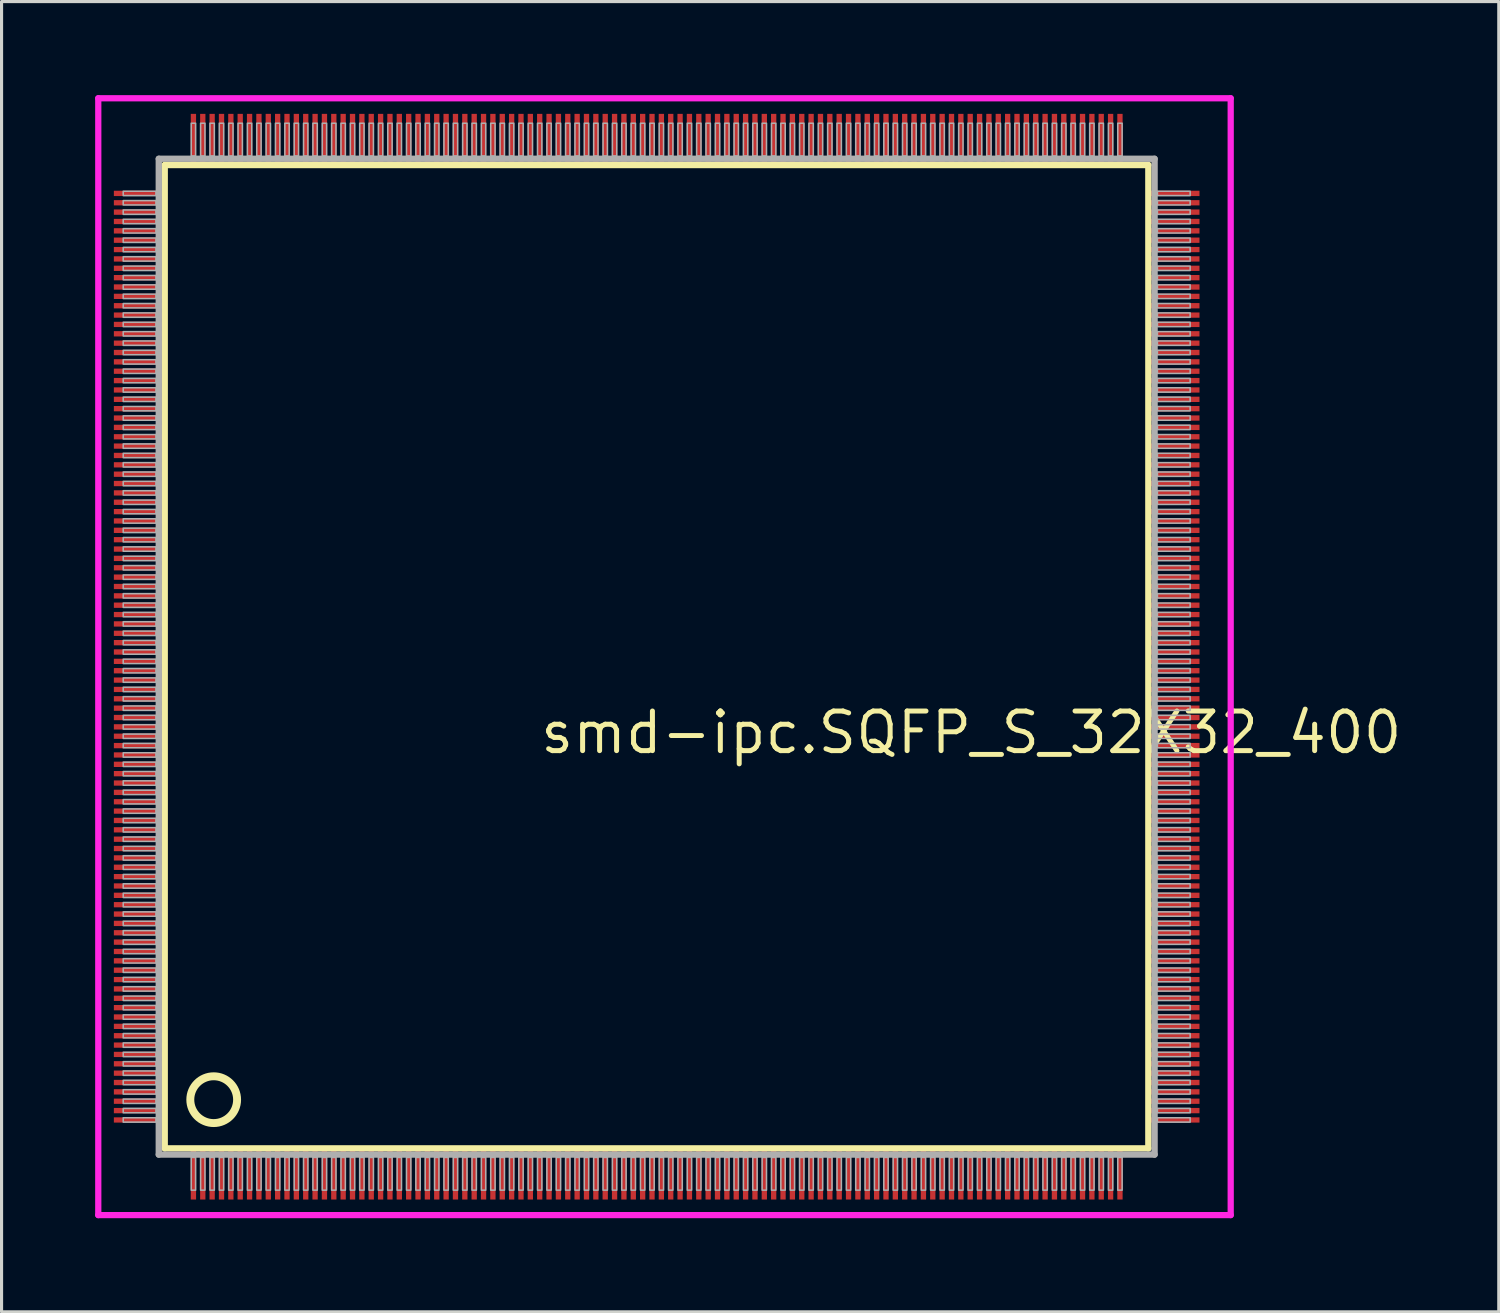
<source format=kicad_pcb>
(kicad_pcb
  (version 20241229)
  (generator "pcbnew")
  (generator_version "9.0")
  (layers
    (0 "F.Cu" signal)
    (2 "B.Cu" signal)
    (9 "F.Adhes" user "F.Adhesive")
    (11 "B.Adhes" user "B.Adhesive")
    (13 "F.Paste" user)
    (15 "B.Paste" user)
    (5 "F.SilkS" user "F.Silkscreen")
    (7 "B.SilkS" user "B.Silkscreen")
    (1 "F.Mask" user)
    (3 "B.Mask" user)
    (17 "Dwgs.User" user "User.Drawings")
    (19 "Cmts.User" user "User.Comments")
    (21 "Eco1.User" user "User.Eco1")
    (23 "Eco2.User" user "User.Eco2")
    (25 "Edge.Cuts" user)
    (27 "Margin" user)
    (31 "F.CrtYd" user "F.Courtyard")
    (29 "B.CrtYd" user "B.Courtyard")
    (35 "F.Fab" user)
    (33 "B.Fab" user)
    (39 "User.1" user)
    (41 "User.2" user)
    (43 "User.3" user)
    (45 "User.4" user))
  (footprint "smd-ipc.SQFP_S_32X32_400"
    (layer "F.Cu")
    (at 18 18)
    (property "Reference" "smd-ipc.SQFP_S_32X32_400" (at -3.81 3.175 0) (layer "F.SilkS") (effects (font (size 1.27 1.27) (thickness 0.16)) (justify left bottom)))
    (attr smd)
    (fp_line (start -15.77 -15.76) (end 15.76 -15.76) (stroke (width 0.203) (type default)) (layer "F.SilkS"))
    (fp_line (start -15.77 15.76) (end -15.77 -15.76) (stroke (width 0.203) (type default)) (layer "F.SilkS"))
    (fp_line (start 15.76 -15.76) (end 15.76 15.76) (stroke (width 0.203) (type default)) (layer "F.SilkS"))
    (fp_line (start 15.76 15.76) (end -15.77 15.76) (stroke (width 0.203) (type default)) (layer "F.SilkS"))
    (fp_circle (center -14.2 14.2) (end -13.45 14.2) (stroke (width 0.254) (type default)) (fill no) (layer "F.SilkS"))
    (fp_line (start -17.9 -17.9) (end 18.4 -17.9) (stroke (width 0.2) (type default)) (layer "F.CrtYd"))
    (fp_line (start -17.9 17.9) (end -17.9 -17.9) (stroke (width 0.2) (type default)) (layer "F.CrtYd"))
    (fp_line (start 18.4 -17.9) (end 18.4 17.9) (stroke (width 0.2) (type default)) (layer "F.CrtYd"))
    (fp_line (start 18.4 17.9) (end -17.9 17.9) (stroke (width 0.2) (type default)) (layer "F.CrtYd"))
    (fp_line (start -15.96 -15.96) (end -15.96 15.96) (stroke (width 0.203) (type default)) (layer "F.Fab"))
    (fp_line (start -15.96 15.96) (end 15.96 15.96) (stroke (width 0.203) (type default)) (layer "F.Fab"))
    (fp_line (start 15.96 -15.96) (end -15.96 -15.96) (stroke (width 0.203) (type default)) (layer "F.Fab"))
    (fp_line (start 15.96 15.96) (end 15.96 -15.96) (stroke (width 0.203) (type default)) (layer "F.Fab"))
    (fp_rect (start -17.1 -14.78) (end -16.05 -14.92) (stroke (width 0.05) (type default)) (fill no) (layer "F.Fab"))
    (fp_rect (start -17.1 -14.48) (end -16.05 -14.62) (stroke (width 0.05) (type default)) (fill no) (layer "F.Fab"))
    (fp_rect (start -17.1 -14.18) (end -16.05 -14.32) (stroke (width 0.05) (type default)) (fill no) (layer "F.Fab"))
    (fp_rect (start -17.1 -13.88) (end -16.05 -14.02) (stroke (width 0.05) (type default)) (fill no) (layer "F.Fab"))
    (fp_rect (start -17.1 -13.58) (end -16.05 -13.72) (stroke (width 0.05) (type default)) (fill no) (layer "F.Fab"))
    (fp_rect (start -17.1 -13.28) (end -16.05 -13.42) (stroke (width 0.05) (type default)) (fill no) (layer "F.Fab"))
    (fp_rect (start -17.1 -12.98) (end -16.05 -13.12) (stroke (width 0.05) (type default)) (fill no) (layer "F.Fab"))
    (fp_rect (start -17.1 -12.68) (end -16.05 -12.82) (stroke (width 0.05) (type default)) (fill no) (layer "F.Fab"))
    (fp_rect (start -17.1 -12.38) (end -16.05 -12.52) (stroke (width 0.05) (type default)) (fill no) (layer "F.Fab"))
    (fp_rect (start -17.1 -12.08) (end -16.05 -12.22) (stroke (width 0.05) (type default)) (fill no) (layer "F.Fab"))
    (fp_rect (start -17.1 -11.78) (end -16.05 -11.92) (stroke (width 0.05) (type default)) (fill no) (layer "F.Fab"))
    (fp_rect (start -17.1 -11.48) (end -16.05 -11.62) (stroke (width 0.05) (type default)) (fill no) (layer "F.Fab"))
    (fp_rect (start -17.1 -11.18) (end -16.05 -11.32) (stroke (width 0.05) (type default)) (fill no) (layer "F.Fab"))
    (fp_rect (start -17.1 -10.88) (end -16.05 -11.02) (stroke (width 0.05) (type default)) (fill no) (layer "F.Fab"))
    (fp_rect (start -17.1 -10.58) (end -16.05 -10.72) (stroke (width 0.05) (type default)) (fill no) (layer "F.Fab"))
    (fp_rect (start -17.1 -10.28) (end -16.05 -10.42) (stroke (width 0.05) (type default)) (fill no) (layer "F.Fab"))
    (fp_rect (start -17.1 -9.98) (end -16.05 -10.12) (stroke (width 0.05) (type default)) (fill no) (layer "F.Fab"))
    (fp_rect (start -17.1 -9.68) (end -16.05 -9.82) (stroke (width 0.05) (type default)) (fill no) (layer "F.Fab"))
    (fp_rect (start -17.1 -9.38) (end -16.05 -9.52) (stroke (width 0.05) (type default)) (fill no) (layer "F.Fab"))
    (fp_rect (start -17.1 -9.08) (end -16.05 -9.22) (stroke (width 0.05) (type default)) (fill no) (layer "F.Fab"))
    (fp_rect (start -17.1 -8.78) (end -16.05 -8.92) (stroke (width 0.05) (type default)) (fill no) (layer "F.Fab"))
    (fp_rect (start -17.1 -8.48) (end -16.05 -8.62) (stroke (width 0.05) (type default)) (fill no) (layer "F.Fab"))
    (fp_rect (start -17.1 -8.18) (end -16.05 -8.32) (stroke (width 0.05) (type default)) (fill no) (layer "F.Fab"))
    (fp_rect (start -17.1 -7.88) (end -16.05 -8.02) (stroke (width 0.05) (type default)) (fill no) (layer "F.Fab"))
    (fp_rect (start -17.1 -7.58) (end -16.05 -7.72) (stroke (width 0.05) (type default)) (fill no) (layer "F.Fab"))
    (fp_rect (start -17.1 -7.28) (end -16.05 -7.42) (stroke (width 0.05) (type default)) (fill no) (layer "F.Fab"))
    (fp_rect (start -17.1 -6.98) (end -16.05 -7.12) (stroke (width 0.05) (type default)) (fill no) (layer "F.Fab"))
    (fp_rect (start -17.1 -6.68) (end -16.05 -6.82) (stroke (width 0.05) (type default)) (fill no) (layer "F.Fab"))
    (fp_rect (start -17.1 -6.38) (end -16.05 -6.52) (stroke (width 0.05) (type default)) (fill no) (layer "F.Fab"))
    (fp_rect (start -17.1 -6.08) (end -16.05 -6.22) (stroke (width 0.05) (type default)) (fill no) (layer "F.Fab"))
    (fp_rect (start -17.1 -5.78) (end -16.05 -5.92) (stroke (width 0.05) (type default)) (fill no) (layer "F.Fab"))
    (fp_rect (start -17.1 -5.48) (end -16.05 -5.62) (stroke (width 0.05) (type default)) (fill no) (layer "F.Fab"))
    (fp_rect (start -17.1 -5.18) (end -16.05 -5.32) (stroke (width 0.05) (type default)) (fill no) (layer "F.Fab"))
    (fp_rect (start -17.1 -4.88) (end -16.05 -5.02) (stroke (width 0.05) (type default)) (fill no) (layer "F.Fab"))
    (fp_rect (start -17.1 -4.58) (end -16.05 -4.72) (stroke (width 0.05) (type default)) (fill no) (layer "F.Fab"))
    (fp_rect (start -17.1 -4.28) (end -16.05 -4.42) (stroke (width 0.05) (type default)) (fill no) (layer "F.Fab"))
    (fp_rect (start -17.1 -3.98) (end -16.05 -4.12) (stroke (width 0.05) (type default)) (fill no) (layer "F.Fab"))
    (fp_rect (start -17.1 -3.68) (end -16.05 -3.82) (stroke (width 0.05) (type default)) (fill no) (layer "F.Fab"))
    (fp_rect (start -17.1 -3.38) (end -16.05 -3.52) (stroke (width 0.05) (type default)) (fill no) (layer "F.Fab"))
    (fp_rect (start -17.1 -3.08) (end -16.05 -3.22) (stroke (width 0.05) (type default)) (fill no) (layer "F.Fab"))
    (fp_rect (start -17.1 -2.78) (end -16.05 -2.92) (stroke (width 0.05) (type default)) (fill no) (layer "F.Fab"))
    (fp_rect (start -17.1 -2.48) (end -16.05 -2.62) (stroke (width 0.05) (type default)) (fill no) (layer "F.Fab"))
    (fp_rect (start -17.1 -2.18) (end -16.05 -2.32) (stroke (width 0.05) (type default)) (fill no) (layer "F.Fab"))
    (fp_rect (start -17.1 -1.88) (end -16.05 -2.02) (stroke (width 0.05) (type default)) (fill no) (layer "F.Fab"))
    (fp_rect (start -17.1 -1.58) (end -16.05 -1.72) (stroke (width 0.05) (type default)) (fill no) (layer "F.Fab"))
    (fp_rect (start -17.1 -1.28) (end -16.05 -1.42) (stroke (width 0.05) (type default)) (fill no) (layer "F.Fab"))
    (fp_rect (start -17.1 -0.98) (end -16.05 -1.12) (stroke (width 0.05) (type default)) (fill no) (layer "F.Fab"))
    (fp_rect (start -17.1 -0.68) (end -16.05 -0.82) (stroke (width 0.05) (type default)) (fill no) (layer "F.Fab"))
    (fp_rect (start -17.1 -0.38) (end -16.05 -0.52) (stroke (width 0.05) (type default)) (fill no) (layer "F.Fab"))
    (fp_rect (start -17.1 -0.08) (end -16.05 -0.22) (stroke (width 0.05) (type default)) (fill no) (layer "F.Fab"))
    (fp_rect (start -17.1 0.22) (end -16.05 0.08) (stroke (width 0.05) (type default)) (fill no) (layer "F.Fab"))
    (fp_rect (start -17.1 0.52) (end -16.05 0.38) (stroke (width 0.05) (type default)) (fill no) (layer "F.Fab"))
    (fp_rect (start -17.1 0.82) (end -16.05 0.68) (stroke (width 0.05) (type default)) (fill no) (layer "F.Fab"))
    (fp_rect (start -17.1 1.12) (end -16.05 0.98) (stroke (width 0.05) (type default)) (fill no) (layer "F.Fab"))
    (fp_rect (start -17.1 1.42) (end -16.05 1.28) (stroke (width 0.05) (type default)) (fill no) (layer "F.Fab"))
    (fp_rect (start -17.1 1.72) (end -16.05 1.58) (stroke (width 0.05) (type default)) (fill no) (layer "F.Fab"))
    (fp_rect (start -17.1 2.02) (end -16.05 1.88) (stroke (width 0.05) (type default)) (fill no) (layer "F.Fab"))
    (fp_rect (start -17.1 2.32) (end -16.05 2.18) (stroke (width 0.05) (type default)) (fill no) (layer "F.Fab"))
    (fp_rect (start -17.1 2.62) (end -16.05 2.48) (stroke (width 0.05) (type default)) (fill no) (layer "F.Fab"))
    (fp_rect (start -17.1 2.92) (end -16.05 2.78) (stroke (width 0.05) (type default)) (fill no) (layer "F.Fab"))
    (fp_rect (start -17.1 3.22) (end -16.05 3.08) (stroke (width 0.05) (type default)) (fill no) (layer "F.Fab"))
    (fp_rect (start -17.1 3.52) (end -16.05 3.38) (stroke (width 0.05) (type default)) (fill no) (layer "F.Fab"))
    (fp_rect (start -17.1 3.82) (end -16.05 3.68) (stroke (width 0.05) (type default)) (fill no) (layer "F.Fab"))
    (fp_rect (start -17.1 4.12) (end -16.05 3.98) (stroke (width 0.05) (type default)) (fill no) (layer "F.Fab"))
    (fp_rect (start -17.1 4.42) (end -16.05 4.28) (stroke (width 0.05) (type default)) (fill no) (layer "F.Fab"))
    (fp_rect (start -17.1 4.72) (end -16.05 4.58) (stroke (width 0.05) (type default)) (fill no) (layer "F.Fab"))
    (fp_rect (start -17.1 5.02) (end -16.05 4.88) (stroke (width 0.05) (type default)) (fill no) (layer "F.Fab"))
    (fp_rect (start -17.1 5.32) (end -16.05 5.18) (stroke (width 0.05) (type default)) (fill no) (layer "F.Fab"))
    (fp_rect (start -17.1 5.62) (end -16.05 5.48) (stroke (width 0.05) (type default)) (fill no) (layer "F.Fab"))
    (fp_rect (start -17.1 5.92) (end -16.05 5.78) (stroke (width 0.05) (type default)) (fill no) (layer "F.Fab"))
    (fp_rect (start -17.1 6.22) (end -16.05 6.08) (stroke (width 0.05) (type default)) (fill no) (layer "F.Fab"))
    (fp_rect (start -17.1 6.52) (end -16.05 6.38) (stroke (width 0.05) (type default)) (fill no) (layer "F.Fab"))
    (fp_rect (start -17.1 6.82) (end -16.05 6.68) (stroke (width 0.05) (type default)) (fill no) (layer "F.Fab"))
    (fp_rect (start -17.1 7.12) (end -16.05 6.98) (stroke (width 0.05) (type default)) (fill no) (layer "F.Fab"))
    (fp_rect (start -17.1 7.42) (end -16.05 7.28) (stroke (width 0.05) (type default)) (fill no) (layer "F.Fab"))
    (fp_rect (start -17.1 7.72) (end -16.05 7.58) (stroke (width 0.05) (type default)) (fill no) (layer "F.Fab"))
    (fp_rect (start -17.1 8.02) (end -16.05 7.88) (stroke (width 0.05) (type default)) (fill no) (layer "F.Fab"))
    (fp_rect (start -17.1 8.32) (end -16.05 8.18) (stroke (width 0.05) (type default)) (fill no) (layer "F.Fab"))
    (fp_rect (start -17.1 8.62) (end -16.05 8.48) (stroke (width 0.05) (type default)) (fill no) (layer "F.Fab"))
    (fp_rect (start -17.1 8.92) (end -16.05 8.78) (stroke (width 0.05) (type default)) (fill no) (layer "F.Fab"))
    (fp_rect (start -17.1 9.22) (end -16.05 9.08) (stroke (width 0.05) (type default)) (fill no) (layer "F.Fab"))
    (fp_rect (start -17.1 9.52) (end -16.05 9.38) (stroke (width 0.05) (type default)) (fill no) (layer "F.Fab"))
    (fp_rect (start -17.1 9.82) (end -16.05 9.68) (stroke (width 0.05) (type default)) (fill no) (layer "F.Fab"))
    (fp_rect (start -17.1 10.12) (end -16.05 9.98) (stroke (width 0.05) (type default)) (fill no) (layer "F.Fab"))
    (fp_rect (start -17.1 10.42) (end -16.05 10.28) (stroke (width 0.05) (type default)) (fill no) (layer "F.Fab"))
    (fp_rect (start -17.1 10.72) (end -16.05 10.58) (stroke (width 0.05) (type default)) (fill no) (layer "F.Fab"))
    (fp_rect (start -17.1 11.02) (end -16.05 10.88) (stroke (width 0.05) (type default)) (fill no) (layer "F.Fab"))
    (fp_rect (start -17.1 11.32) (end -16.05 11.18) (stroke (width 0.05) (type default)) (fill no) (layer "F.Fab"))
    (fp_rect (start -17.1 11.62) (end -16.05 11.48) (stroke (width 0.05) (type default)) (fill no) (layer "F.Fab"))
    (fp_rect (start -17.1 11.92) (end -16.05 11.78) (stroke (width 0.05) (type default)) (fill no) (layer "F.Fab"))
    (fp_rect (start -17.1 12.22) (end -16.05 12.08) (stroke (width 0.05) (type default)) (fill no) (layer "F.Fab"))
    (fp_rect (start -17.1 12.52) (end -16.05 12.38) (stroke (width 0.05) (type default)) (fill no) (layer "F.Fab"))
    (fp_rect (start -17.1 12.82) (end -16.05 12.68) (stroke (width 0.05) (type default)) (fill no) (layer "F.Fab"))
    (fp_rect (start -17.1 13.12) (end -16.05 12.98) (stroke (width 0.05) (type default)) (fill no) (layer "F.Fab"))
    (fp_rect (start -17.1 13.42) (end -16.05 13.28) (stroke (width 0.05) (type default)) (fill no) (layer "F.Fab"))
    (fp_rect (start -17.1 13.72) (end -16.05 13.58) (stroke (width 0.05) (type default)) (fill no) (layer "F.Fab"))
    (fp_rect (start -17.1 14.02) (end -16.05 13.88) (stroke (width 0.05) (type default)) (fill no) (layer "F.Fab"))
    (fp_rect (start -17.1 14.32) (end -16.05 14.18) (stroke (width 0.05) (type default)) (fill no) (layer "F.Fab"))
    (fp_rect (start -17.1 14.62) (end -16.05 14.48) (stroke (width 0.05) (type default)) (fill no) (layer "F.Fab"))
    (fp_rect (start -17.1 14.92) (end -16.05 14.78) (stroke (width 0.05) (type default)) (fill no) (layer "F.Fab"))
    (fp_rect (start -14.92 -16.05) (end -14.78 -17.1) (stroke (width 0.05) (type default)) (fill no) (layer "F.Fab"))
    (fp_rect (start -14.92 17.1) (end -14.78 16.05) (stroke (width 0.05) (type default)) (fill no) (layer "F.Fab"))
    (fp_rect (start -14.62 -16.05) (end -14.48 -17.1) (stroke (width 0.05) (type default)) (fill no) (layer "F.Fab"))
    (fp_rect (start -14.62 17.1) (end -14.48 16.05) (stroke (width 0.05) (type default)) (fill no) (layer "F.Fab"))
    (fp_rect (start -14.32 -16.05) (end -14.18 -17.1) (stroke (width 0.05) (type default)) (fill no) (layer "F.Fab"))
    (fp_rect (start -14.32 17.1) (end -14.18 16.05) (stroke (width 0.05) (type default)) (fill no) (layer "F.Fab"))
    (fp_rect (start -14.02 -16.05) (end -13.88 -17.1) (stroke (width 0.05) (type default)) (fill no) (layer "F.Fab"))
    (fp_rect (start -14.02 17.1) (end -13.88 16.05) (stroke (width 0.05) (type default)) (fill no) (layer "F.Fab"))
    (fp_rect (start -13.72 -16.05) (end -13.58 -17.1) (stroke (width 0.05) (type default)) (fill no) (layer "F.Fab"))
    (fp_rect (start -13.72 17.1) (end -13.58 16.05) (stroke (width 0.05) (type default)) (fill no) (layer "F.Fab"))
    (fp_rect (start -13.42 -16.05) (end -13.28 -17.1) (stroke (width 0.05) (type default)) (fill no) (layer "F.Fab"))
    (fp_rect (start -13.42 17.1) (end -13.28 16.05) (stroke (width 0.05) (type default)) (fill no) (layer "F.Fab"))
    (fp_rect (start -13.12 -16.05) (end -12.98 -17.1) (stroke (width 0.05) (type default)) (fill no) (layer "F.Fab"))
    (fp_rect (start -13.12 17.1) (end -12.98 16.05) (stroke (width 0.05) (type default)) (fill no) (layer "F.Fab"))
    (fp_rect (start -12.82 -16.05) (end -12.68 -17.1) (stroke (width 0.05) (type default)) (fill no) (layer "F.Fab"))
    (fp_rect (start -12.82 17.1) (end -12.68 16.05) (stroke (width 0.05) (type default)) (fill no) (layer "F.Fab"))
    (fp_rect (start -12.52 -16.05) (end -12.38 -17.1) (stroke (width 0.05) (type default)) (fill no) (layer "F.Fab"))
    (fp_rect (start -12.52 17.1) (end -12.38 16.05) (stroke (width 0.05) (type default)) (fill no) (layer "F.Fab"))
    (fp_rect (start -12.22 -16.05) (end -12.08 -17.1) (stroke (width 0.05) (type default)) (fill no) (layer "F.Fab"))
    (fp_rect (start -12.22 17.1) (end -12.08 16.05) (stroke (width 0.05) (type default)) (fill no) (layer "F.Fab"))
    (fp_rect (start -11.92 -16.05) (end -11.78 -17.1) (stroke (width 0.05) (type default)) (fill no) (layer "F.Fab"))
    (fp_rect (start -11.92 17.1) (end -11.78 16.05) (stroke (width 0.05) (type default)) (fill no) (layer "F.Fab"))
    (fp_rect (start -11.62 -16.05) (end -11.48 -17.1) (stroke (width 0.05) (type default)) (fill no) (layer "F.Fab"))
    (fp_rect (start -11.62 17.1) (end -11.48 16.05) (stroke (width 0.05) (type default)) (fill no) (layer "F.Fab"))
    (fp_rect (start -11.32 -16.05) (end -11.18 -17.1) (stroke (width 0.05) (type default)) (fill no) (layer "F.Fab"))
    (fp_rect (start -11.32 17.1) (end -11.18 16.05) (stroke (width 0.05) (type default)) (fill no) (layer "F.Fab"))
    (fp_rect (start -11.02 -16.05) (end -10.88 -17.1) (stroke (width 0.05) (type default)) (fill no) (layer "F.Fab"))
    (fp_rect (start -11.02 17.1) (end -10.88 16.05) (stroke (width 0.05) (type default)) (fill no) (layer "F.Fab"))
    (fp_rect (start -10.72 -16.05) (end -10.58 -17.1) (stroke (width 0.05) (type default)) (fill no) (layer "F.Fab"))
    (fp_rect (start -10.72 17.1) (end -10.58 16.05) (stroke (width 0.05) (type default)) (fill no) (layer "F.Fab"))
    (fp_rect (start -10.42 -16.05) (end -10.28 -17.1) (stroke (width 0.05) (type default)) (fill no) (layer "F.Fab"))
    (fp_rect (start -10.42 17.1) (end -10.28 16.05) (stroke (width 0.05) (type default)) (fill no) (layer "F.Fab"))
    (fp_rect (start -10.12 -16.05) (end -9.98 -17.1) (stroke (width 0.05) (type default)) (fill no) (layer "F.Fab"))
    (fp_rect (start -10.12 17.1) (end -9.98 16.05) (stroke (width 0.05) (type default)) (fill no) (layer "F.Fab"))
    (fp_rect (start -9.82 -16.05) (end -9.68 -17.1) (stroke (width 0.05) (type default)) (fill no) (layer "F.Fab"))
    (fp_rect (start -9.82 17.1) (end -9.68 16.05) (stroke (width 0.05) (type default)) (fill no) (layer "F.Fab"))
    (fp_rect (start -9.52 -16.05) (end -9.38 -17.1) (stroke (width 0.05) (type default)) (fill no) (layer "F.Fab"))
    (fp_rect (start -9.52 17.1) (end -9.38 16.05) (stroke (width 0.05) (type default)) (fill no) (layer "F.Fab"))
    (fp_rect (start -9.22 -16.05) (end -9.08 -17.1) (stroke (width 0.05) (type default)) (fill no) (layer "F.Fab"))
    (fp_rect (start -9.22 17.1) (end -9.08 16.05) (stroke (width 0.05) (type default)) (fill no) (layer "F.Fab"))
    (fp_rect (start -8.92 -16.05) (end -8.78 -17.1) (stroke (width 0.05) (type default)) (fill no) (layer "F.Fab"))
    (fp_rect (start -8.92 17.1) (end -8.78 16.05) (stroke (width 0.05) (type default)) (fill no) (layer "F.Fab"))
    (fp_rect (start -8.62 -16.05) (end -8.48 -17.1) (stroke (width 0.05) (type default)) (fill no) (layer "F.Fab"))
    (fp_rect (start -8.62 17.1) (end -8.48 16.05) (stroke (width 0.05) (type default)) (fill no) (layer "F.Fab"))
    (fp_rect (start -8.32 -16.05) (end -8.18 -17.1) (stroke (width 0.05) (type default)) (fill no) (layer "F.Fab"))
    (fp_rect (start -8.32 17.1) (end -8.18 16.05) (stroke (width 0.05) (type default)) (fill no) (layer "F.Fab"))
    (fp_rect (start -8.02 -16.05) (end -7.88 -17.1) (stroke (width 0.05) (type default)) (fill no) (layer "F.Fab"))
    (fp_rect (start -8.02 17.1) (end -7.88 16.05) (stroke (width 0.05) (type default)) (fill no) (layer "F.Fab"))
    (fp_rect (start -7.72 -16.05) (end -7.58 -17.1) (stroke (width 0.05) (type default)) (fill no) (layer "F.Fab"))
    (fp_rect (start -7.72 17.1) (end -7.58 16.05) (stroke (width 0.05) (type default)) (fill no) (layer "F.Fab"))
    (fp_rect (start -7.42 -16.05) (end -7.28 -17.1) (stroke (width 0.05) (type default)) (fill no) (layer "F.Fab"))
    (fp_rect (start -7.42 17.1) (end -7.28 16.05) (stroke (width 0.05) (type default)) (fill no) (layer "F.Fab"))
    (fp_rect (start -7.12 -16.05) (end -6.98 -17.1) (stroke (width 0.05) (type default)) (fill no) (layer "F.Fab"))
    (fp_rect (start -7.12 17.1) (end -6.98 16.05) (stroke (width 0.05) (type default)) (fill no) (layer "F.Fab"))
    (fp_rect (start -6.82 -16.05) (end -6.68 -17.1) (stroke (width 0.05) (type default)) (fill no) (layer "F.Fab"))
    (fp_rect (start -6.82 17.1) (end -6.68 16.05) (stroke (width 0.05) (type default)) (fill no) (layer "F.Fab"))
    (fp_rect (start -6.52 -16.05) (end -6.38 -17.1) (stroke (width 0.05) (type default)) (fill no) (layer "F.Fab"))
    (fp_rect (start -6.52 17.1) (end -6.38 16.05) (stroke (width 0.05) (type default)) (fill no) (layer "F.Fab"))
    (fp_rect (start -6.22 -16.05) (end -6.08 -17.1) (stroke (width 0.05) (type default)) (fill no) (layer "F.Fab"))
    (fp_rect (start -6.22 17.1) (end -6.08 16.05) (stroke (width 0.05) (type default)) (fill no) (layer "F.Fab"))
    (fp_rect (start -5.92 -16.05) (end -5.78 -17.1) (stroke (width 0.05) (type default)) (fill no) (layer "F.Fab"))
    (fp_rect (start -5.92 17.1) (end -5.78 16.05) (stroke (width 0.05) (type default)) (fill no) (layer "F.Fab"))
    (fp_rect (start -5.62 -16.05) (end -5.48 -17.1) (stroke (width 0.05) (type default)) (fill no) (layer "F.Fab"))
    (fp_rect (start -5.62 17.1) (end -5.48 16.05) (stroke (width 0.05) (type default)) (fill no) (layer "F.Fab"))
    (fp_rect (start -5.32 -16.05) (end -5.18 -17.1) (stroke (width 0.05) (type default)) (fill no) (layer "F.Fab"))
    (fp_rect (start -5.32 17.1) (end -5.18 16.05) (stroke (width 0.05) (type default)) (fill no) (layer "F.Fab"))
    (fp_rect (start -5.02 -16.05) (end -4.88 -17.1) (stroke (width 0.05) (type default)) (fill no) (layer "F.Fab"))
    (fp_rect (start -5.02 17.1) (end -4.88 16.05) (stroke (width 0.05) (type default)) (fill no) (layer "F.Fab"))
    (fp_rect (start -4.72 -16.05) (end -4.58 -17.1) (stroke (width 0.05) (type default)) (fill no) (layer "F.Fab"))
    (fp_rect (start -4.72 17.1) (end -4.58 16.05) (stroke (width 0.05) (type default)) (fill no) (layer "F.Fab"))
    (fp_rect (start -4.42 -16.05) (end -4.28 -17.1) (stroke (width 0.05) (type default)) (fill no) (layer "F.Fab"))
    (fp_rect (start -4.42 17.1) (end -4.28 16.05) (stroke (width 0.05) (type default)) (fill no) (layer "F.Fab"))
    (fp_rect (start -4.12 -16.05) (end -3.98 -17.1) (stroke (width 0.05) (type default)) (fill no) (layer "F.Fab"))
    (fp_rect (start -4.12 17.1) (end -3.98 16.05) (stroke (width 0.05) (type default)) (fill no) (layer "F.Fab"))
    (fp_rect (start -3.82 -16.05) (end -3.68 -17.1) (stroke (width 0.05) (type default)) (fill no) (layer "F.Fab"))
    (fp_rect (start -3.82 17.1) (end -3.68 16.05) (stroke (width 0.05) (type default)) (fill no) (layer "F.Fab"))
    (fp_rect (start -3.52 -16.05) (end -3.38 -17.1) (stroke (width 0.05) (type default)) (fill no) (layer "F.Fab"))
    (fp_rect (start -3.52 17.1) (end -3.38 16.05) (stroke (width 0.05) (type default)) (fill no) (layer "F.Fab"))
    (fp_rect (start -3.22 -16.05) (end -3.08 -17.1) (stroke (width 0.05) (type default)) (fill no) (layer "F.Fab"))
    (fp_rect (start -3.22 17.1) (end -3.08 16.05) (stroke (width 0.05) (type default)) (fill no) (layer "F.Fab"))
    (fp_rect (start -2.92 -16.05) (end -2.78 -17.1) (stroke (width 0.05) (type default)) (fill no) (layer "F.Fab"))
    (fp_rect (start -2.92 17.1) (end -2.78 16.05) (stroke (width 0.05) (type default)) (fill no) (layer "F.Fab"))
    (fp_rect (start -2.62 -16.05) (end -2.48 -17.1) (stroke (width 0.05) (type default)) (fill no) (layer "F.Fab"))
    (fp_rect (start -2.62 17.1) (end -2.48 16.05) (stroke (width 0.05) (type default)) (fill no) (layer "F.Fab"))
    (fp_rect (start -2.32 -16.05) (end -2.18 -17.1) (stroke (width 0.05) (type default)) (fill no) (layer "F.Fab"))
    (fp_rect (start -2.32 17.1) (end -2.18 16.05) (stroke (width 0.05) (type default)) (fill no) (layer "F.Fab"))
    (fp_rect (start -2.02 -16.05) (end -1.88 -17.1) (stroke (width 0.05) (type default)) (fill no) (layer "F.Fab"))
    (fp_rect (start -2.02 17.1) (end -1.88 16.05) (stroke (width 0.05) (type default)) (fill no) (layer "F.Fab"))
    (fp_rect (start -1.72 -16.05) (end -1.58 -17.1) (stroke (width 0.05) (type default)) (fill no) (layer "F.Fab"))
    (fp_rect (start -1.72 17.1) (end -1.58 16.05) (stroke (width 0.05) (type default)) (fill no) (layer "F.Fab"))
    (fp_rect (start -1.42 -16.05) (end -1.28 -17.1) (stroke (width 0.05) (type default)) (fill no) (layer "F.Fab"))
    (fp_rect (start -1.42 17.1) (end -1.28 16.05) (stroke (width 0.05) (type default)) (fill no) (layer "F.Fab"))
    (fp_rect (start -1.12 -16.05) (end -0.98 -17.1) (stroke (width 0.05) (type default)) (fill no) (layer "F.Fab"))
    (fp_rect (start -1.12 17.1) (end -0.98 16.05) (stroke (width 0.05) (type default)) (fill no) (layer "F.Fab"))
    (fp_rect (start -0.82 -16.05) (end -0.68 -17.1) (stroke (width 0.05) (type default)) (fill no) (layer "F.Fab"))
    (fp_rect (start -0.82 17.1) (end -0.68 16.05) (stroke (width 0.05) (type default)) (fill no) (layer "F.Fab"))
    (fp_rect (start -0.52 -16.05) (end -0.38 -17.1) (stroke (width 0.05) (type default)) (fill no) (layer "F.Fab"))
    (fp_rect (start -0.52 17.1) (end -0.38 16.05) (stroke (width 0.05) (type default)) (fill no) (layer "F.Fab"))
    (fp_rect (start -0.22 -16.05) (end -0.08 -17.1) (stroke (width 0.05) (type default)) (fill no) (layer "F.Fab"))
    (fp_rect (start -0.22 17.1) (end -0.08 16.05) (stroke (width 0.05) (type default)) (fill no) (layer "F.Fab"))
    (fp_rect (start 0.08 -16.05) (end 0.22 -17.1) (stroke (width 0.05) (type default)) (fill no) (layer "F.Fab"))
    (fp_rect (start 0.08 17.1) (end 0.22 16.05) (stroke (width 0.05) (type default)) (fill no) (layer "F.Fab"))
    (fp_rect (start 0.38 -16.05) (end 0.52 -17.1) (stroke (width 0.05) (type default)) (fill no) (layer "F.Fab"))
    (fp_rect (start 0.38 17.1) (end 0.52 16.05) (stroke (width 0.05) (type default)) (fill no) (layer "F.Fab"))
    (fp_rect (start 0.68 -16.05) (end 0.82 -17.1) (stroke (width 0.05) (type default)) (fill no) (layer "F.Fab"))
    (fp_rect (start 0.68 17.1) (end 0.82 16.05) (stroke (width 0.05) (type default)) (fill no) (layer "F.Fab"))
    (fp_rect (start 0.98 -16.05) (end 1.12 -17.1) (stroke (width 0.05) (type default)) (fill no) (layer "F.Fab"))
    (fp_rect (start 0.98 17.1) (end 1.12 16.05) (stroke (width 0.05) (type default)) (fill no) (layer "F.Fab"))
    (fp_rect (start 1.28 -16.05) (end 1.42 -17.1) (stroke (width 0.05) (type default)) (fill no) (layer "F.Fab"))
    (fp_rect (start 1.28 17.1) (end 1.42 16.05) (stroke (width 0.05) (type default)) (fill no) (layer "F.Fab"))
    (fp_rect (start 1.58 -16.05) (end 1.72 -17.1) (stroke (width 0.05) (type default)) (fill no) (layer "F.Fab"))
    (fp_rect (start 1.58 17.1) (end 1.72 16.05) (stroke (width 0.05) (type default)) (fill no) (layer "F.Fab"))
    (fp_rect (start 1.88 -16.05) (end 2.02 -17.1) (stroke (width 0.05) (type default)) (fill no) (layer "F.Fab"))
    (fp_rect (start 1.88 17.1) (end 2.02 16.05) (stroke (width 0.05) (type default)) (fill no) (layer "F.Fab"))
    (fp_rect (start 2.18 -16.05) (end 2.32 -17.1) (stroke (width 0.05) (type default)) (fill no) (layer "F.Fab"))
    (fp_rect (start 2.18 17.1) (end 2.32 16.05) (stroke (width 0.05) (type default)) (fill no) (layer "F.Fab"))
    (fp_rect (start 2.48 -16.05) (end 2.62 -17.1) (stroke (width 0.05) (type default)) (fill no) (layer "F.Fab"))
    (fp_rect (start 2.48 17.1) (end 2.62 16.05) (stroke (width 0.05) (type default)) (fill no) (layer "F.Fab"))
    (fp_rect (start 2.78 -16.05) (end 2.92 -17.1) (stroke (width 0.05) (type default)) (fill no) (layer "F.Fab"))
    (fp_rect (start 2.78 17.1) (end 2.92 16.05) (stroke (width 0.05) (type default)) (fill no) (layer "F.Fab"))
    (fp_rect (start 3.08 -16.05) (end 3.22 -17.1) (stroke (width 0.05) (type default)) (fill no) (layer "F.Fab"))
    (fp_rect (start 3.08 17.1) (end 3.22 16.05) (stroke (width 0.05) (type default)) (fill no) (layer "F.Fab"))
    (fp_rect (start 3.38 -16.05) (end 3.52 -17.1) (stroke (width 0.05) (type default)) (fill no) (layer "F.Fab"))
    (fp_rect (start 3.38 17.1) (end 3.52 16.05) (stroke (width 0.05) (type default)) (fill no) (layer "F.Fab"))
    (fp_rect (start 3.68 -16.05) (end 3.82 -17.1) (stroke (width 0.05) (type default)) (fill no) (layer "F.Fab"))
    (fp_rect (start 3.68 17.1) (end 3.82 16.05) (stroke (width 0.05) (type default)) (fill no) (layer "F.Fab"))
    (fp_rect (start 3.98 -16.05) (end 4.12 -17.1) (stroke (width 0.05) (type default)) (fill no) (layer "F.Fab"))
    (fp_rect (start 3.98 17.1) (end 4.12 16.05) (stroke (width 0.05) (type default)) (fill no) (layer "F.Fab"))
    (fp_rect (start 4.28 -16.05) (end 4.42 -17.1) (stroke (width 0.05) (type default)) (fill no) (layer "F.Fab"))
    (fp_rect (start 4.28 17.1) (end 4.42 16.05) (stroke (width 0.05) (type default)) (fill no) (layer "F.Fab"))
    (fp_rect (start 4.58 -16.05) (end 4.72 -17.1) (stroke (width 0.05) (type default)) (fill no) (layer "F.Fab"))
    (fp_rect (start 4.58 17.1) (end 4.72 16.05) (stroke (width 0.05) (type default)) (fill no) (layer "F.Fab"))
    (fp_rect (start 4.88 -16.05) (end 5.02 -17.1) (stroke (width 0.05) (type default)) (fill no) (layer "F.Fab"))
    (fp_rect (start 4.88 17.1) (end 5.02 16.05) (stroke (width 0.05) (type default)) (fill no) (layer "F.Fab"))
    (fp_rect (start 5.18 -16.05) (end 5.32 -17.1) (stroke (width 0.05) (type default)) (fill no) (layer "F.Fab"))
    (fp_rect (start 5.18 17.1) (end 5.32 16.05) (stroke (width 0.05) (type default)) (fill no) (layer "F.Fab"))
    (fp_rect (start 5.48 -16.05) (end 5.62 -17.1) (stroke (width 0.05) (type default)) (fill no) (layer "F.Fab"))
    (fp_rect (start 5.48 17.1) (end 5.62 16.05) (stroke (width 0.05) (type default)) (fill no) (layer "F.Fab"))
    (fp_rect (start 5.78 -16.05) (end 5.92 -17.1) (stroke (width 0.05) (type default)) (fill no) (layer "F.Fab"))
    (fp_rect (start 5.78 17.1) (end 5.92 16.05) (stroke (width 0.05) (type default)) (fill no) (layer "F.Fab"))
    (fp_rect (start 6.08 -16.05) (end 6.22 -17.1) (stroke (width 0.05) (type default)) (fill no) (layer "F.Fab"))
    (fp_rect (start 6.08 17.1) (end 6.22 16.05) (stroke (width 0.05) (type default)) (fill no) (layer "F.Fab"))
    (fp_rect (start 6.38 -16.05) (end 6.52 -17.1) (stroke (width 0.05) (type default)) (fill no) (layer "F.Fab"))
    (fp_rect (start 6.38 17.1) (end 6.52 16.05) (stroke (width 0.05) (type default)) (fill no) (layer "F.Fab"))
    (fp_rect (start 6.68 -16.05) (end 6.82 -17.1) (stroke (width 0.05) (type default)) (fill no) (layer "F.Fab"))
    (fp_rect (start 6.68 17.1) (end 6.82 16.05) (stroke (width 0.05) (type default)) (fill no) (layer "F.Fab"))
    (fp_rect (start 6.98 -16.05) (end 7.12 -17.1) (stroke (width 0.05) (type default)) (fill no) (layer "F.Fab"))
    (fp_rect (start 6.98 17.1) (end 7.12 16.05) (stroke (width 0.05) (type default)) (fill no) (layer "F.Fab"))
    (fp_rect (start 7.28 -16.05) (end 7.42 -17.1) (stroke (width 0.05) (type default)) (fill no) (layer "F.Fab"))
    (fp_rect (start 7.28 17.1) (end 7.42 16.05) (stroke (width 0.05) (type default)) (fill no) (layer "F.Fab"))
    (fp_rect (start 7.58 -16.05) (end 7.72 -17.1) (stroke (width 0.05) (type default)) (fill no) (layer "F.Fab"))
    (fp_rect (start 7.58 17.1) (end 7.72 16.05) (stroke (width 0.05) (type default)) (fill no) (layer "F.Fab"))
    (fp_rect (start 7.88 -16.05) (end 8.02 -17.1) (stroke (width 0.05) (type default)) (fill no) (layer "F.Fab"))
    (fp_rect (start 7.88 17.1) (end 8.02 16.05) (stroke (width 0.05) (type default)) (fill no) (layer "F.Fab"))
    (fp_rect (start 8.18 -16.05) (end 8.32 -17.1) (stroke (width 0.05) (type default)) (fill no) (layer "F.Fab"))
    (fp_rect (start 8.18 17.1) (end 8.32 16.05) (stroke (width 0.05) (type default)) (fill no) (layer "F.Fab"))
    (fp_rect (start 8.48 -16.05) (end 8.62 -17.1) (stroke (width 0.05) (type default)) (fill no) (layer "F.Fab"))
    (fp_rect (start 8.48 17.1) (end 8.62 16.05) (stroke (width 0.05) (type default)) (fill no) (layer "F.Fab"))
    (fp_rect (start 8.78 -16.05) (end 8.92 -17.1) (stroke (width 0.05) (type default)) (fill no) (layer "F.Fab"))
    (fp_rect (start 8.78 17.1) (end 8.92 16.05) (stroke (width 0.05) (type default)) (fill no) (layer "F.Fab"))
    (fp_rect (start 9.08 -16.05) (end 9.22 -17.1) (stroke (width 0.05) (type default)) (fill no) (layer "F.Fab"))
    (fp_rect (start 9.08 17.1) (end 9.22 16.05) (stroke (width 0.05) (type default)) (fill no) (layer "F.Fab"))
    (fp_rect (start 9.38 -16.05) (end 9.52 -17.1) (stroke (width 0.05) (type default)) (fill no) (layer "F.Fab"))
    (fp_rect (start 9.38 17.1) (end 9.52 16.05) (stroke (width 0.05) (type default)) (fill no) (layer "F.Fab"))
    (fp_rect (start 9.68 -16.05) (end 9.82 -17.1) (stroke (width 0.05) (type default)) (fill no) (layer "F.Fab"))
    (fp_rect (start 9.68 17.1) (end 9.82 16.05) (stroke (width 0.05) (type default)) (fill no) (layer "F.Fab"))
    (fp_rect (start 9.98 -16.05) (end 10.12 -17.1) (stroke (width 0.05) (type default)) (fill no) (layer "F.Fab"))
    (fp_rect (start 9.98 17.1) (end 10.12 16.05) (stroke (width 0.05) (type default)) (fill no) (layer "F.Fab"))
    (fp_rect (start 10.28 -16.05) (end 10.42 -17.1) (stroke (width 0.05) (type default)) (fill no) (layer "F.Fab"))
    (fp_rect (start 10.28 17.1) (end 10.42 16.05) (stroke (width 0.05) (type default)) (fill no) (layer "F.Fab"))
    (fp_rect (start 10.58 -16.05) (end 10.72 -17.1) (stroke (width 0.05) (type default)) (fill no) (layer "F.Fab"))
    (fp_rect (start 10.58 17.1) (end 10.72 16.05) (stroke (width 0.05) (type default)) (fill no) (layer "F.Fab"))
    (fp_rect (start 10.88 -16.05) (end 11.02 -17.1) (stroke (width 0.05) (type default)) (fill no) (layer "F.Fab"))
    (fp_rect (start 10.88 17.1) (end 11.02 16.05) (stroke (width 0.05) (type default)) (fill no) (layer "F.Fab"))
    (fp_rect (start 11.18 -16.05) (end 11.32 -17.1) (stroke (width 0.05) (type default)) (fill no) (layer "F.Fab"))
    (fp_rect (start 11.18 17.1) (end 11.32 16.05) (stroke (width 0.05) (type default)) (fill no) (layer "F.Fab"))
    (fp_rect (start 11.48 -16.05) (end 11.62 -17.1) (stroke (width 0.05) (type default)) (fill no) (layer "F.Fab"))
    (fp_rect (start 11.48 17.1) (end 11.62 16.05) (stroke (width 0.05) (type default)) (fill no) (layer "F.Fab"))
    (fp_rect (start 11.78 -16.05) (end 11.92 -17.1) (stroke (width 0.05) (type default)) (fill no) (layer "F.Fab"))
    (fp_rect (start 11.78 17.1) (end 11.92 16.05) (stroke (width 0.05) (type default)) (fill no) (layer "F.Fab"))
    (fp_rect (start 12.08 -16.05) (end 12.22 -17.1) (stroke (width 0.05) (type default)) (fill no) (layer "F.Fab"))
    (fp_rect (start 12.08 17.1) (end 12.22 16.05) (stroke (width 0.05) (type default)) (fill no) (layer "F.Fab"))
    (fp_rect (start 12.38 -16.05) (end 12.52 -17.1) (stroke (width 0.05) (type default)) (fill no) (layer "F.Fab"))
    (fp_rect (start 12.38 17.1) (end 12.52 16.05) (stroke (width 0.05) (type default)) (fill no) (layer "F.Fab"))
    (fp_rect (start 12.68 -16.05) (end 12.82 -17.1) (stroke (width 0.05) (type default)) (fill no) (layer "F.Fab"))
    (fp_rect (start 12.68 17.1) (end 12.82 16.05) (stroke (width 0.05) (type default)) (fill no) (layer "F.Fab"))
    (fp_rect (start 12.98 -16.05) (end 13.12 -17.1) (stroke (width 0.05) (type default)) (fill no) (layer "F.Fab"))
    (fp_rect (start 12.98 17.1) (end 13.12 16.05) (stroke (width 0.05) (type default)) (fill no) (layer "F.Fab"))
    (fp_rect (start 13.28 -16.05) (end 13.42 -17.1) (stroke (width 0.05) (type default)) (fill no) (layer "F.Fab"))
    (fp_rect (start 13.28 17.1) (end 13.42 16.05) (stroke (width 0.05) (type default)) (fill no) (layer "F.Fab"))
    (fp_rect (start 13.58 -16.05) (end 13.72 -17.1) (stroke (width 0.05) (type default)) (fill no) (layer "F.Fab"))
    (fp_rect (start 13.58 17.1) (end 13.72 16.05) (stroke (width 0.05) (type default)) (fill no) (layer "F.Fab"))
    (fp_rect (start 13.88 -16.05) (end 14.02 -17.1) (stroke (width 0.05) (type default)) (fill no) (layer "F.Fab"))
    (fp_rect (start 13.88 17.1) (end 14.02 16.05) (stroke (width 0.05) (type default)) (fill no) (layer "F.Fab"))
    (fp_rect (start 14.18 -16.05) (end 14.32 -17.1) (stroke (width 0.05) (type default)) (fill no) (layer "F.Fab"))
    (fp_rect (start 14.18 17.1) (end 14.32 16.05) (stroke (width 0.05) (type default)) (fill no) (layer "F.Fab"))
    (fp_rect (start 14.48 -16.05) (end 14.62 -17.1) (stroke (width 0.05) (type default)) (fill no) (layer "F.Fab"))
    (fp_rect (start 14.48 17.1) (end 14.62 16.05) (stroke (width 0.05) (type default)) (fill no) (layer "F.Fab"))
    (fp_rect (start 14.78 -16.05) (end 14.92 -17.1) (stroke (width 0.05) (type default)) (fill no) (layer "F.Fab"))
    (fp_rect (start 14.78 17.1) (end 14.92 16.05) (stroke (width 0.05) (type default)) (fill no) (layer "F.Fab"))
    (fp_rect (start 16.05 -14.78) (end 17.1 -14.92) (stroke (width 0.05) (type default)) (fill no) (layer "F.Fab"))
    (fp_rect (start 16.05 -14.48) (end 17.1 -14.62) (stroke (width 0.05) (type default)) (fill no) (layer "F.Fab"))
    (fp_rect (start 16.05 -14.18) (end 17.1 -14.32) (stroke (width 0.05) (type default)) (fill no) (layer "F.Fab"))
    (fp_rect (start 16.05 -13.88) (end 17.1 -14.02) (stroke (width 0.05) (type default)) (fill no) (layer "F.Fab"))
    (fp_rect (start 16.05 -13.58) (end 17.1 -13.72) (stroke (width 0.05) (type default)) (fill no) (layer "F.Fab"))
    (fp_rect (start 16.05 -13.28) (end 17.1 -13.42) (stroke (width 0.05) (type default)) (fill no) (layer "F.Fab"))
    (fp_rect (start 16.05 -12.98) (end 17.1 -13.12) (stroke (width 0.05) (type default)) (fill no) (layer "F.Fab"))
    (fp_rect (start 16.05 -12.68) (end 17.1 -12.82) (stroke (width 0.05) (type default)) (fill no) (layer "F.Fab"))
    (fp_rect (start 16.05 -12.38) (end 17.1 -12.52) (stroke (width 0.05) (type default)) (fill no) (layer "F.Fab"))
    (fp_rect (start 16.05 -12.08) (end 17.1 -12.22) (stroke (width 0.05) (type default)) (fill no) (layer "F.Fab"))
    (fp_rect (start 16.05 -11.78) (end 17.1 -11.92) (stroke (width 0.05) (type default)) (fill no) (layer "F.Fab"))
    (fp_rect (start 16.05 -11.48) (end 17.1 -11.62) (stroke (width 0.05) (type default)) (fill no) (layer "F.Fab"))
    (fp_rect (start 16.05 -11.18) (end 17.1 -11.32) (stroke (width 0.05) (type default)) (fill no) (layer "F.Fab"))
    (fp_rect (start 16.05 -10.88) (end 17.1 -11.02) (stroke (width 0.05) (type default)) (fill no) (layer "F.Fab"))
    (fp_rect (start 16.05 -10.58) (end 17.1 -10.72) (stroke (width 0.05) (type default)) (fill no) (layer "F.Fab"))
    (fp_rect (start 16.05 -10.28) (end 17.1 -10.42) (stroke (width 0.05) (type default)) (fill no) (layer "F.Fab"))
    (fp_rect (start 16.05 -9.98) (end 17.1 -10.12) (stroke (width 0.05) (type default)) (fill no) (layer "F.Fab"))
    (fp_rect (start 16.05 -9.68) (end 17.1 -9.82) (stroke (width 0.05) (type default)) (fill no) (layer "F.Fab"))
    (fp_rect (start 16.05 -9.38) (end 17.1 -9.52) (stroke (width 0.05) (type default)) (fill no) (layer "F.Fab"))
    (fp_rect (start 16.05 -9.08) (end 17.1 -9.22) (stroke (width 0.05) (type default)) (fill no) (layer "F.Fab"))
    (fp_rect (start 16.05 -8.78) (end 17.1 -8.92) (stroke (width 0.05) (type default)) (fill no) (layer "F.Fab"))
    (fp_rect (start 16.05 -8.48) (end 17.1 -8.62) (stroke (width 0.05) (type default)) (fill no) (layer "F.Fab"))
    (fp_rect (start 16.05 -8.18) (end 17.1 -8.32) (stroke (width 0.05) (type default)) (fill no) (layer "F.Fab"))
    (fp_rect (start 16.05 -7.88) (end 17.1 -8.02) (stroke (width 0.05) (type default)) (fill no) (layer "F.Fab"))
    (fp_rect (start 16.05 -7.58) (end 17.1 -7.72) (stroke (width 0.05) (type default)) (fill no) (layer "F.Fab"))
    (fp_rect (start 16.05 -7.28) (end 17.1 -7.42) (stroke (width 0.05) (type default)) (fill no) (layer "F.Fab"))
    (fp_rect (start 16.05 -6.98) (end 17.1 -7.12) (stroke (width 0.05) (type default)) (fill no) (layer "F.Fab"))
    (fp_rect (start 16.05 -6.68) (end 17.1 -6.82) (stroke (width 0.05) (type default)) (fill no) (layer "F.Fab"))
    (fp_rect (start 16.05 -6.38) (end 17.1 -6.52) (stroke (width 0.05) (type default)) (fill no) (layer "F.Fab"))
    (fp_rect (start 16.05 -6.08) (end 17.1 -6.22) (stroke (width 0.05) (type default)) (fill no) (layer "F.Fab"))
    (fp_rect (start 16.05 -5.78) (end 17.1 -5.92) (stroke (width 0.05) (type default)) (fill no) (layer "F.Fab"))
    (fp_rect (start 16.05 -5.48) (end 17.1 -5.62) (stroke (width 0.05) (type default)) (fill no) (layer "F.Fab"))
    (fp_rect (start 16.05 -5.18) (end 17.1 -5.32) (stroke (width 0.05) (type default)) (fill no) (layer "F.Fab"))
    (fp_rect (start 16.05 -4.88) (end 17.1 -5.02) (stroke (width 0.05) (type default)) (fill no) (layer "F.Fab"))
    (fp_rect (start 16.05 -4.58) (end 17.1 -4.72) (stroke (width 0.05) (type default)) (fill no) (layer "F.Fab"))
    (fp_rect (start 16.05 -4.28) (end 17.1 -4.42) (stroke (width 0.05) (type default)) (fill no) (layer "F.Fab"))
    (fp_rect (start 16.05 -3.98) (end 17.1 -4.12) (stroke (width 0.05) (type default)) (fill no) (layer "F.Fab"))
    (fp_rect (start 16.05 -3.68) (end 17.1 -3.82) (stroke (width 0.05) (type default)) (fill no) (layer "F.Fab"))
    (fp_rect (start 16.05 -3.38) (end 17.1 -3.52) (stroke (width 0.05) (type default)) (fill no) (layer "F.Fab"))
    (fp_rect (start 16.05 -3.08) (end 17.1 -3.22) (stroke (width 0.05) (type default)) (fill no) (layer "F.Fab"))
    (fp_rect (start 16.05 -2.78) (end 17.1 -2.92) (stroke (width 0.05) (type default)) (fill no) (layer "F.Fab"))
    (fp_rect (start 16.05 -2.48) (end 17.1 -2.62) (stroke (width 0.05) (type default)) (fill no) (layer "F.Fab"))
    (fp_rect (start 16.05 -2.18) (end 17.1 -2.32) (stroke (width 0.05) (type default)) (fill no) (layer "F.Fab"))
    (fp_rect (start 16.05 -1.88) (end 17.1 -2.02) (stroke (width 0.05) (type default)) (fill no) (layer "F.Fab"))
    (fp_rect (start 16.05 -1.58) (end 17.1 -1.72) (stroke (width 0.05) (type default)) (fill no) (layer "F.Fab"))
    (fp_rect (start 16.05 -1.28) (end 17.1 -1.42) (stroke (width 0.05) (type default)) (fill no) (layer "F.Fab"))
    (fp_rect (start 16.05 -0.98) (end 17.1 -1.12) (stroke (width 0.05) (type default)) (fill no) (layer "F.Fab"))
    (fp_rect (start 16.05 -0.68) (end 17.1 -0.82) (stroke (width 0.05) (type default)) (fill no) (layer "F.Fab"))
    (fp_rect (start 16.05 -0.38) (end 17.1 -0.52) (stroke (width 0.05) (type default)) (fill no) (layer "F.Fab"))
    (fp_rect (start 16.05 -0.08) (end 17.1 -0.22) (stroke (width 0.05) (type default)) (fill no) (layer "F.Fab"))
    (fp_rect (start 16.05 0.22) (end 17.1 0.08) (stroke (width 0.05) (type default)) (fill no) (layer "F.Fab"))
    (fp_rect (start 16.05 0.52) (end 17.1 0.38) (stroke (width 0.05) (type default)) (fill no) (layer "F.Fab"))
    (fp_rect (start 16.05 0.82) (end 17.1 0.68) (stroke (width 0.05) (type default)) (fill no) (layer "F.Fab"))
    (fp_rect (start 16.05 1.12) (end 17.1 0.98) (stroke (width 0.05) (type default)) (fill no) (layer "F.Fab"))
    (fp_rect (start 16.05 1.42) (end 17.1 1.28) (stroke (width 0.05) (type default)) (fill no) (layer "F.Fab"))
    (fp_rect (start 16.05 1.72) (end 17.1 1.58) (stroke (width 0.05) (type default)) (fill no) (layer "F.Fab"))
    (fp_rect (start 16.05 2.02) (end 17.1 1.88) (stroke (width 0.05) (type default)) (fill no) (layer "F.Fab"))
    (fp_rect (start 16.05 2.32) (end 17.1 2.18) (stroke (width 0.05) (type default)) (fill no) (layer "F.Fab"))
    (fp_rect (start 16.05 2.62) (end 17.1 2.48) (stroke (width 0.05) (type default)) (fill no) (layer "F.Fab"))
    (fp_rect (start 16.05 2.92) (end 17.1 2.78) (stroke (width 0.05) (type default)) (fill no) (layer "F.Fab"))
    (fp_rect (start 16.05 3.22) (end 17.1 3.08) (stroke (width 0.05) (type default)) (fill no) (layer "F.Fab"))
    (fp_rect (start 16.05 3.52) (end 17.1 3.38) (stroke (width 0.05) (type default)) (fill no) (layer "F.Fab"))
    (fp_rect (start 16.05 3.82) (end 17.1 3.68) (stroke (width 0.05) (type default)) (fill no) (layer "F.Fab"))
    (fp_rect (start 16.05 4.12) (end 17.1 3.98) (stroke (width 0.05) (type default)) (fill no) (layer "F.Fab"))
    (fp_rect (start 16.05 4.42) (end 17.1 4.28) (stroke (width 0.05) (type default)) (fill no) (layer "F.Fab"))
    (fp_rect (start 16.05 4.72) (end 17.1 4.58) (stroke (width 0.05) (type default)) (fill no) (layer "F.Fab"))
    (fp_rect (start 16.05 5.02) (end 17.1 4.88) (stroke (width 0.05) (type default)) (fill no) (layer "F.Fab"))
    (fp_rect (start 16.05 5.32) (end 17.1 5.18) (stroke (width 0.05) (type default)) (fill no) (layer "F.Fab"))
    (fp_rect (start 16.05 5.62) (end 17.1 5.48) (stroke (width 0.05) (type default)) (fill no) (layer "F.Fab"))
    (fp_rect (start 16.05 5.92) (end 17.1 5.78) (stroke (width 0.05) (type default)) (fill no) (layer "F.Fab"))
    (fp_rect (start 16.05 6.22) (end 17.1 6.08) (stroke (width 0.05) (type default)) (fill no) (layer "F.Fab"))
    (fp_rect (start 16.05 6.52) (end 17.1 6.38) (stroke (width 0.05) (type default)) (fill no) (layer "F.Fab"))
    (fp_rect (start 16.05 6.82) (end 17.1 6.68) (stroke (width 0.05) (type default)) (fill no) (layer "F.Fab"))
    (fp_rect (start 16.05 7.12) (end 17.1 6.98) (stroke (width 0.05) (type default)) (fill no) (layer "F.Fab"))
    (fp_rect (start 16.05 7.42) (end 17.1 7.28) (stroke (width 0.05) (type default)) (fill no) (layer "F.Fab"))
    (fp_rect (start 16.05 7.72) (end 17.1 7.58) (stroke (width 0.05) (type default)) (fill no) (layer "F.Fab"))
    (fp_rect (start 16.05 8.02) (end 17.1 7.88) (stroke (width 0.05) (type default)) (fill no) (layer "F.Fab"))
    (fp_rect (start 16.05 8.32) (end 17.1 8.18) (stroke (width 0.05) (type default)) (fill no) (layer "F.Fab"))
    (fp_rect (start 16.05 8.62) (end 17.1 8.48) (stroke (width 0.05) (type default)) (fill no) (layer "F.Fab"))
    (fp_rect (start 16.05 8.92) (end 17.1 8.78) (stroke (width 0.05) (type default)) (fill no) (layer "F.Fab"))
    (fp_rect (start 16.05 9.22) (end 17.1 9.08) (stroke (width 0.05) (type default)) (fill no) (layer "F.Fab"))
    (fp_rect (start 16.05 9.52) (end 17.1 9.38) (stroke (width 0.05) (type default)) (fill no) (layer "F.Fab"))
    (fp_rect (start 16.05 9.82) (end 17.1 9.68) (stroke (width 0.05) (type default)) (fill no) (layer "F.Fab"))
    (fp_rect (start 16.05 10.12) (end 17.1 9.98) (stroke (width 0.05) (type default)) (fill no) (layer "F.Fab"))
    (fp_rect (start 16.05 10.42) (end 17.1 10.28) (stroke (width 0.05) (type default)) (fill no) (layer "F.Fab"))
    (fp_rect (start 16.05 10.72) (end 17.1 10.58) (stroke (width 0.05) (type default)) (fill no) (layer "F.Fab"))
    (fp_rect (start 16.05 11.02) (end 17.1 10.88) (stroke (width 0.05) (type default)) (fill no) (layer "F.Fab"))
    (fp_rect (start 16.05 11.32) (end 17.1 11.18) (stroke (width 0.05) (type default)) (fill no) (layer "F.Fab"))
    (fp_rect (start 16.05 11.62) (end 17.1 11.48) (stroke (width 0.05) (type default)) (fill no) (layer "F.Fab"))
    (fp_rect (start 16.05 11.92) (end 17.1 11.78) (stroke (width 0.05) (type default)) (fill no) (layer "F.Fab"))
    (fp_rect (start 16.05 12.22) (end 17.1 12.08) (stroke (width 0.05) (type default)) (fill no) (layer "F.Fab"))
    (fp_rect (start 16.05 12.52) (end 17.1 12.38) (stroke (width 0.05) (type default)) (fill no) (layer "F.Fab"))
    (fp_rect (start 16.05 12.82) (end 17.1 12.68) (stroke (width 0.05) (type default)) (fill no) (layer "F.Fab"))
    (fp_rect (start 16.05 13.12) (end 17.1 12.98) (stroke (width 0.05) (type default)) (fill no) (layer "F.Fab"))
    (fp_rect (start 16.05 13.42) (end 17.1 13.28) (stroke (width 0.05) (type default)) (fill no) (layer "F.Fab"))
    (fp_rect (start 16.05 13.72) (end 17.1 13.58) (stroke (width 0.05) (type default)) (fill no) (layer "F.Fab"))
    (fp_rect (start 16.05 14.02) (end 17.1 13.88) (stroke (width 0.05) (type default)) (fill no) (layer "F.Fab"))
    (fp_rect (start 16.05 14.32) (end 17.1 14.18) (stroke (width 0.05) (type default)) (fill no) (layer "F.Fab"))
    (fp_rect (start 16.05 14.62) (end 17.1 14.48) (stroke (width 0.05) (type default)) (fill no) (layer "F.Fab"))
    (fp_rect (start 16.05 14.92) (end 17.1 14.78) (stroke (width 0.05) (type default)) (fill no) (layer "F.Fab"))
    (pad "1" smd roundrect (at -14.85 16.6) (size 0.17 1.6) (layers "F.Cu" "F.Mask" "F.Paste") (roundrect_rratio 0.01))
    (pad "2" smd roundrect (at -14.55 16.6) (size 0.17 1.6) (layers "F.Cu" "F.Mask" "F.Paste") (roundrect_rratio 0.01))
    (pad "3" smd roundrect (at -14.25 16.6) (size 0.17 1.6) (layers "F.Cu" "F.Mask" "F.Paste") (roundrect_rratio 0.01))
    (pad "4" smd roundrect (at -13.95 16.6) (size 0.17 1.6) (layers "F.Cu" "F.Mask" "F.Paste") (roundrect_rratio 0.01))
    (pad "5" smd roundrect (at -13.65 16.6) (size 0.17 1.6) (layers "F.Cu" "F.Mask" "F.Paste") (roundrect_rratio 0.01))
    (pad "6" smd roundrect (at -13.35 16.6) (size 0.17 1.6) (layers "F.Cu" "F.Mask" "F.Paste") (roundrect_rratio 0.01))
    (pad "7" smd roundrect (at -13.05 16.6) (size 0.17 1.6) (layers "F.Cu" "F.Mask" "F.Paste") (roundrect_rratio 0.01))
    (pad "8" smd roundrect (at -12.75 16.6) (size 0.17 1.6) (layers "F.Cu" "F.Mask" "F.Paste") (roundrect_rratio 0.01))
    (pad "9" smd roundrect (at -12.45 16.6) (size 0.17 1.6) (layers "F.Cu" "F.Mask" "F.Paste") (roundrect_rratio 0.01))
    (pad "10" smd roundrect (at -12.15 16.6) (size 0.17 1.6) (layers "F.Cu" "F.Mask" "F.Paste") (roundrect_rratio 0.01))
    (pad "11" smd roundrect (at -11.85 16.6) (size 0.17 1.6) (layers "F.Cu" "F.Mask" "F.Paste") (roundrect_rratio 0.01))
    (pad "12" smd roundrect (at -11.55 16.6) (size 0.17 1.6) (layers "F.Cu" "F.Mask" "F.Paste") (roundrect_rratio 0.01))
    (pad "13" smd roundrect (at -11.25 16.6) (size 0.17 1.6) (layers "F.Cu" "F.Mask" "F.Paste") (roundrect_rratio 0.01))
    (pad "14" smd roundrect (at -10.95 16.6) (size 0.17 1.6) (layers "F.Cu" "F.Mask" "F.Paste") (roundrect_rratio 0.01))
    (pad "15" smd roundrect (at -10.65 16.6) (size 0.17 1.6) (layers "F.Cu" "F.Mask" "F.Paste") (roundrect_rratio 0.01))
    (pad "16" smd roundrect (at -10.35 16.6) (size 0.17 1.6) (layers "F.Cu" "F.Mask" "F.Paste") (roundrect_rratio 0.01))
    (pad "17" smd roundrect (at -10.05 16.6) (size 0.17 1.6) (layers "F.Cu" "F.Mask" "F.Paste") (roundrect_rratio 0.01))
    (pad "18" smd roundrect (at -9.75 16.6) (size 0.17 1.6) (layers "F.Cu" "F.Mask" "F.Paste") (roundrect_rratio 0.01))
    (pad "19" smd roundrect (at -9.45 16.6) (size 0.17 1.6) (layers "F.Cu" "F.Mask" "F.Paste") (roundrect_rratio 0.01))
    (pad "20" smd roundrect (at -9.15 16.6) (size 0.17 1.6) (layers "F.Cu" "F.Mask" "F.Paste") (roundrect_rratio 0.01))
    (pad "21" smd roundrect (at -8.85 16.6) (size 0.17 1.6) (layers "F.Cu" "F.Mask" "F.Paste") (roundrect_rratio 0.01))
    (pad "22" smd roundrect (at -8.55 16.6) (size 0.17 1.6) (layers "F.Cu" "F.Mask" "F.Paste") (roundrect_rratio 0.01))
    (pad "23" smd roundrect (at -8.25 16.6) (size 0.17 1.6) (layers "F.Cu" "F.Mask" "F.Paste") (roundrect_rratio 0.01))
    (pad "24" smd roundrect (at -7.95 16.6) (size 0.17 1.6) (layers "F.Cu" "F.Mask" "F.Paste") (roundrect_rratio 0.01))
    (pad "25" smd roundrect (at -7.65 16.6) (size 0.17 1.6) (layers "F.Cu" "F.Mask" "F.Paste") (roundrect_rratio 0.01))
    (pad "26" smd roundrect (at -7.35 16.6) (size 0.17 1.6) (layers "F.Cu" "F.Mask" "F.Paste") (roundrect_rratio 0.01))
    (pad "27" smd roundrect (at -7.05 16.6) (size 0.17 1.6) (layers "F.Cu" "F.Mask" "F.Paste") (roundrect_rratio 0.01))
    (pad "28" smd roundrect (at -6.75 16.6) (size 0.17 1.6) (layers "F.Cu" "F.Mask" "F.Paste") (roundrect_rratio 0.01))
    (pad "29" smd roundrect (at -6.45 16.6) (size 0.17 1.6) (layers "F.Cu" "F.Mask" "F.Paste") (roundrect_rratio 0.01))
    (pad "30" smd roundrect (at -6.15 16.6) (size 0.17 1.6) (layers "F.Cu" "F.Mask" "F.Paste") (roundrect_rratio 0.01))
    (pad "31" smd roundrect (at -5.85 16.6) (size 0.17 1.6) (layers "F.Cu" "F.Mask" "F.Paste") (roundrect_rratio 0.01))
    (pad "32" smd roundrect (at -5.55 16.6) (size 0.17 1.6) (layers "F.Cu" "F.Mask" "F.Paste") (roundrect_rratio 0.01))
    (pad "33" smd roundrect (at -5.25 16.6) (size 0.17 1.6) (layers "F.Cu" "F.Mask" "F.Paste") (roundrect_rratio 0.01))
    (pad "34" smd roundrect (at -4.95 16.6) (size 0.17 1.6) (layers "F.Cu" "F.Mask" "F.Paste") (roundrect_rratio 0.01))
    (pad "35" smd roundrect (at -4.65 16.6) (size 0.17 1.6) (layers "F.Cu" "F.Mask" "F.Paste") (roundrect_rratio 0.01))
    (pad "36" smd roundrect (at -4.35 16.6) (size 0.17 1.6) (layers "F.Cu" "F.Mask" "F.Paste") (roundrect_rratio 0.01))
    (pad "37" smd roundrect (at -4.05 16.6) (size 0.17 1.6) (layers "F.Cu" "F.Mask" "F.Paste") (roundrect_rratio 0.01))
    (pad "38" smd roundrect (at -3.75 16.6) (size 0.17 1.6) (layers "F.Cu" "F.Mask" "F.Paste") (roundrect_rratio 0.01))
    (pad "39" smd roundrect (at -3.45 16.6) (size 0.17 1.6) (layers "F.Cu" "F.Mask" "F.Paste") (roundrect_rratio 0.01))
    (pad "40" smd roundrect (at -3.15 16.6) (size 0.17 1.6) (layers "F.Cu" "F.Mask" "F.Paste") (roundrect_rratio 0.01))
    (pad "41" smd roundrect (at -2.85 16.6) (size 0.17 1.6) (layers "F.Cu" "F.Mask" "F.Paste") (roundrect_rratio 0.01))
    (pad "42" smd roundrect (at -2.55 16.6) (size 0.17 1.6) (layers "F.Cu" "F.Mask" "F.Paste") (roundrect_rratio 0.01))
    (pad "43" smd roundrect (at -2.25 16.6) (size 0.17 1.6) (layers "F.Cu" "F.Mask" "F.Paste") (roundrect_rratio 0.01))
    (pad "44" smd roundrect (at -1.95 16.6) (size 0.17 1.6) (layers "F.Cu" "F.Mask" "F.Paste") (roundrect_rratio 0.01))
    (pad "45" smd roundrect (at -1.65 16.6) (size 0.17 1.6) (layers "F.Cu" "F.Mask" "F.Paste") (roundrect_rratio 0.01))
    (pad "46" smd roundrect (at -1.35 16.6) (size 0.17 1.6) (layers "F.Cu" "F.Mask" "F.Paste") (roundrect_rratio 0.01))
    (pad "47" smd roundrect (at -1.05 16.6) (size 0.17 1.6) (layers "F.Cu" "F.Mask" "F.Paste") (roundrect_rratio 0.01))
    (pad "48" smd roundrect (at -0.75 16.6) (size 0.17 1.6) (layers "F.Cu" "F.Mask" "F.Paste") (roundrect_rratio 0.01))
    (pad "49" smd roundrect (at -0.45 16.6) (size 0.17 1.6) (layers "F.Cu" "F.Mask" "F.Paste") (roundrect_rratio 0.01))
    (pad "50" smd roundrect (at -0.15 16.6) (size 0.17 1.6) (layers "F.Cu" "F.Mask" "F.Paste") (roundrect_rratio 0.01))
    (pad "51" smd roundrect (at 0.15 16.6) (size 0.17 1.6) (layers "F.Cu" "F.Mask" "F.Paste") (roundrect_rratio 0.01))
    (pad "52" smd roundrect (at 0.45 16.6) (size 0.17 1.6) (layers "F.Cu" "F.Mask" "F.Paste") (roundrect_rratio 0.01))
    (pad "53" smd roundrect (at 0.75 16.6) (size 0.17 1.6) (layers "F.Cu" "F.Mask" "F.Paste") (roundrect_rratio 0.01))
    (pad "54" smd roundrect (at 1.05 16.6) (size 0.17 1.6) (layers "F.Cu" "F.Mask" "F.Paste") (roundrect_rratio 0.01))
    (pad "55" smd roundrect (at 1.35 16.6) (size 0.17 1.6) (layers "F.Cu" "F.Mask" "F.Paste") (roundrect_rratio 0.01))
    (pad "56" smd roundrect (at 1.65 16.6) (size 0.17 1.6) (layers "F.Cu" "F.Mask" "F.Paste") (roundrect_rratio 0.01))
    (pad "57" smd roundrect (at 1.95 16.6) (size 0.17 1.6) (layers "F.Cu" "F.Mask" "F.Paste") (roundrect_rratio 0.01))
    (pad "58" smd roundrect (at 2.25 16.6) (size 0.17 1.6) (layers "F.Cu" "F.Mask" "F.Paste") (roundrect_rratio 0.01))
    (pad "59" smd roundrect (at 2.55 16.6) (size 0.17 1.6) (layers "F.Cu" "F.Mask" "F.Paste") (roundrect_rratio 0.01))
    (pad "60" smd roundrect (at 2.85 16.6) (size 0.17 1.6) (layers "F.Cu" "F.Mask" "F.Paste") (roundrect_rratio 0.01))
    (pad "61" smd roundrect (at 3.15 16.6) (size 0.17 1.6) (layers "F.Cu" "F.Mask" "F.Paste") (roundrect_rratio 0.01))
    (pad "62" smd roundrect (at 3.45 16.6) (size 0.17 1.6) (layers "F.Cu" "F.Mask" "F.Paste") (roundrect_rratio 0.01))
    (pad "63" smd roundrect (at 3.75 16.6) (size 0.17 1.6) (layers "F.Cu" "F.Mask" "F.Paste") (roundrect_rratio 0.01))
    (pad "64" smd roundrect (at 4.05 16.6) (size 0.17 1.6) (layers "F.Cu" "F.Mask" "F.Paste") (roundrect_rratio 0.01))
    (pad "65" smd roundrect (at 4.35 16.6) (size 0.17 1.6) (layers "F.Cu" "F.Mask" "F.Paste") (roundrect_rratio 0.01))
    (pad "66" smd roundrect (at 4.65 16.6) (size 0.17 1.6) (layers "F.Cu" "F.Mask" "F.Paste") (roundrect_rratio 0.01))
    (pad "67" smd roundrect (at 4.95 16.6) (size 0.17 1.6) (layers "F.Cu" "F.Mask" "F.Paste") (roundrect_rratio 0.01))
    (pad "68" smd roundrect (at 5.25 16.6) (size 0.17 1.6) (layers "F.Cu" "F.Mask" "F.Paste") (roundrect_rratio 0.01))
    (pad "69" smd roundrect (at 5.55 16.6) (size 0.17 1.6) (layers "F.Cu" "F.Mask" "F.Paste") (roundrect_rratio 0.01))
    (pad "70" smd roundrect (at 5.85 16.6) (size 0.17 1.6) (layers "F.Cu" "F.Mask" "F.Paste") (roundrect_rratio 0.01))
    (pad "71" smd roundrect (at 6.15 16.6) (size 0.17 1.6) (layers "F.Cu" "F.Mask" "F.Paste") (roundrect_rratio 0.01))
    (pad "72" smd roundrect (at 6.45 16.6) (size 0.17 1.6) (layers "F.Cu" "F.Mask" "F.Paste") (roundrect_rratio 0.01))
    (pad "73" smd roundrect (at 6.75 16.6) (size 0.17 1.6) (layers "F.Cu" "F.Mask" "F.Paste") (roundrect_rratio 0.01))
    (pad "74" smd roundrect (at 7.05 16.6) (size 0.17 1.6) (layers "F.Cu" "F.Mask" "F.Paste") (roundrect_rratio 0.01))
    (pad "75" smd roundrect (at 7.35 16.6) (size 0.17 1.6) (layers "F.Cu" "F.Mask" "F.Paste") (roundrect_rratio 0.01))
    (pad "76" smd roundrect (at 7.65 16.6) (size 0.17 1.6) (layers "F.Cu" "F.Mask" "F.Paste") (roundrect_rratio 0.01))
    (pad "77" smd roundrect (at 7.95 16.6) (size 0.17 1.6) (layers "F.Cu" "F.Mask" "F.Paste") (roundrect_rratio 0.01))
    (pad "78" smd roundrect (at 8.25 16.6) (size 0.17 1.6) (layers "F.Cu" "F.Mask" "F.Paste") (roundrect_rratio 0.01))
    (pad "79" smd roundrect (at 8.55 16.6) (size 0.17 1.6) (layers "F.Cu" "F.Mask" "F.Paste") (roundrect_rratio 0.01))
    (pad "80" smd roundrect (at 8.85 16.6) (size 0.17 1.6) (layers "F.Cu" "F.Mask" "F.Paste") (roundrect_rratio 0.01))
    (pad "81" smd roundrect (at 9.15 16.6) (size 0.17 1.6) (layers "F.Cu" "F.Mask" "F.Paste") (roundrect_rratio 0.01))
    (pad "82" smd roundrect (at 9.45 16.6) (size 0.17 1.6) (layers "F.Cu" "F.Mask" "F.Paste") (roundrect_rratio 0.01))
    (pad "83" smd roundrect (at 9.75 16.6) (size 0.17 1.6) (layers "F.Cu" "F.Mask" "F.Paste") (roundrect_rratio 0.01))
    (pad "84" smd roundrect (at 10.05 16.6) (size 0.17 1.6) (layers "F.Cu" "F.Mask" "F.Paste") (roundrect_rratio 0.01))
    (pad "85" smd roundrect (at 10.35 16.6) (size 0.17 1.6) (layers "F.Cu" "F.Mask" "F.Paste") (roundrect_rratio 0.01))
    (pad "86" smd roundrect (at 10.65 16.6) (size 0.17 1.6) (layers "F.Cu" "F.Mask" "F.Paste") (roundrect_rratio 0.01))
    (pad "87" smd roundrect (at 10.95 16.6) (size 0.17 1.6) (layers "F.Cu" "F.Mask" "F.Paste") (roundrect_rratio 0.01))
    (pad "88" smd roundrect (at 11.25 16.6) (size 0.17 1.6) (layers "F.Cu" "F.Mask" "F.Paste") (roundrect_rratio 0.01))
    (pad "89" smd roundrect (at 11.55 16.6) (size 0.17 1.6) (layers "F.Cu" "F.Mask" "F.Paste") (roundrect_rratio 0.01))
    (pad "90" smd roundrect (at 11.85 16.6) (size 0.17 1.6) (layers "F.Cu" "F.Mask" "F.Paste") (roundrect_rratio 0.01))
    (pad "91" smd roundrect (at 12.15 16.6) (size 0.17 1.6) (layers "F.Cu" "F.Mask" "F.Paste") (roundrect_rratio 0.01))
    (pad "92" smd roundrect (at 12.45 16.6) (size 0.17 1.6) (layers "F.Cu" "F.Mask" "F.Paste") (roundrect_rratio 0.01))
    (pad "93" smd roundrect (at 12.75 16.6) (size 0.17 1.6) (layers "F.Cu" "F.Mask" "F.Paste") (roundrect_rratio 0.01))
    (pad "94" smd roundrect (at 13.05 16.6) (size 0.17 1.6) (layers "F.Cu" "F.Mask" "F.Paste") (roundrect_rratio 0.01))
    (pad "95" smd roundrect (at 13.35 16.6) (size 0.17 1.6) (layers "F.Cu" "F.Mask" "F.Paste") (roundrect_rratio 0.01))
    (pad "96" smd roundrect (at 13.65 16.6) (size 0.17 1.6) (layers "F.Cu" "F.Mask" "F.Paste") (roundrect_rratio 0.01))
    (pad "97" smd roundrect (at 13.95 16.6) (size 0.17 1.6) (layers "F.Cu" "F.Mask" "F.Paste") (roundrect_rratio 0.01))
    (pad "98" smd roundrect (at 14.25 16.6) (size 0.17 1.6) (layers "F.Cu" "F.Mask" "F.Paste") (roundrect_rratio 0.01))
    (pad "99" smd roundrect (at 14.55 16.6) (size 0.17 1.6) (layers "F.Cu" "F.Mask" "F.Paste") (roundrect_rratio 0.01))
    (pad "100" smd roundrect (at 14.85 16.6) (size 0.17 1.6) (layers "F.Cu" "F.Mask" "F.Paste") (roundrect_rratio 0.01))
    (pad "101" smd roundrect (at 16.6 14.85) (size 1.6 0.17) (layers "F.Cu" "F.Mask" "F.Paste") (roundrect_rratio 0.01))
    (pad "102" smd roundrect (at 16.6 14.55) (size 1.6 0.17) (layers "F.Cu" "F.Mask" "F.Paste") (roundrect_rratio 0.01))
    (pad "103" smd roundrect (at 16.6 14.25) (size 1.6 0.17) (layers "F.Cu" "F.Mask" "F.Paste") (roundrect_rratio 0.01))
    (pad "104" smd roundrect (at 16.6 13.95) (size 1.6 0.17) (layers "F.Cu" "F.Mask" "F.Paste") (roundrect_rratio 0.01))
    (pad "105" smd roundrect (at 16.6 13.65) (size 1.6 0.17) (layers "F.Cu" "F.Mask" "F.Paste") (roundrect_rratio 0.01))
    (pad "106" smd roundrect (at 16.6 13.35) (size 1.6 0.17) (layers "F.Cu" "F.Mask" "F.Paste") (roundrect_rratio 0.01))
    (pad "107" smd roundrect (at 16.6 13.05) (size 1.6 0.17) (layers "F.Cu" "F.Mask" "F.Paste") (roundrect_rratio 0.01))
    (pad "108" smd roundrect (at 16.6 12.75) (size 1.6 0.17) (layers "F.Cu" "F.Mask" "F.Paste") (roundrect_rratio 0.01))
    (pad "109" smd roundrect (at 16.6 12.45) (size 1.6 0.17) (layers "F.Cu" "F.Mask" "F.Paste") (roundrect_rratio 0.01))
    (pad "110" smd roundrect (at 16.6 12.15) (size 1.6 0.17) (layers "F.Cu" "F.Mask" "F.Paste") (roundrect_rratio 0.01))
    (pad "111" smd roundrect (at 16.6 11.85) (size 1.6 0.17) (layers "F.Cu" "F.Mask" "F.Paste") (roundrect_rratio 0.01))
    (pad "112" smd roundrect (at 16.6 11.55) (size 1.6 0.17) (layers "F.Cu" "F.Mask" "F.Paste") (roundrect_rratio 0.01))
    (pad "113" smd roundrect (at 16.6 11.25) (size 1.6 0.17) (layers "F.Cu" "F.Mask" "F.Paste") (roundrect_rratio 0.01))
    (pad "114" smd roundrect (at 16.6 10.95) (size 1.6 0.17) (layers "F.Cu" "F.Mask" "F.Paste") (roundrect_rratio 0.01))
    (pad "115" smd roundrect (at 16.6 10.65) (size 1.6 0.17) (layers "F.Cu" "F.Mask" "F.Paste") (roundrect_rratio 0.01))
    (pad "116" smd roundrect (at 16.6 10.35) (size 1.6 0.17) (layers "F.Cu" "F.Mask" "F.Paste") (roundrect_rratio 0.01))
    (pad "117" smd roundrect (at 16.6 10.05) (size 1.6 0.17) (layers "F.Cu" "F.Mask" "F.Paste") (roundrect_rratio 0.01))
    (pad "118" smd roundrect (at 16.6 9.75) (size 1.6 0.17) (layers "F.Cu" "F.Mask" "F.Paste") (roundrect_rratio 0.01))
    (pad "119" smd roundrect (at 16.6 9.45) (size 1.6 0.17) (layers "F.Cu" "F.Mask" "F.Paste") (roundrect_rratio 0.01))
    (pad "120" smd roundrect (at 16.6 9.15) (size 1.6 0.17) (layers "F.Cu" "F.Mask" "F.Paste") (roundrect_rratio 0.01))
    (pad "121" smd roundrect (at 16.6 8.85) (size 1.6 0.17) (layers "F.Cu" "F.Mask" "F.Paste") (roundrect_rratio 0.01))
    (pad "122" smd roundrect (at 16.6 8.55) (size 1.6 0.17) (layers "F.Cu" "F.Mask" "F.Paste") (roundrect_rratio 0.01))
    (pad "123" smd roundrect (at 16.6 8.25) (size 1.6 0.17) (layers "F.Cu" "F.Mask" "F.Paste") (roundrect_rratio 0.01))
    (pad "124" smd roundrect (at 16.6 7.95) (size 1.6 0.17) (layers "F.Cu" "F.Mask" "F.Paste") (roundrect_rratio 0.01))
    (pad "125" smd roundrect (at 16.6 7.65) (size 1.6 0.17) (layers "F.Cu" "F.Mask" "F.Paste") (roundrect_rratio 0.01))
    (pad "126" smd roundrect (at 16.6 7.35) (size 1.6 0.17) (layers "F.Cu" "F.Mask" "F.Paste") (roundrect_rratio 0.01))
    (pad "127" smd roundrect (at 16.6 7.05) (size 1.6 0.17) (layers "F.Cu" "F.Mask" "F.Paste") (roundrect_rratio 0.01))
    (pad "128" smd roundrect (at 16.6 6.75) (size 1.6 0.17) (layers "F.Cu" "F.Mask" "F.Paste") (roundrect_rratio 0.01))
    (pad "129" smd roundrect (at 16.6 6.45) (size 1.6 0.17) (layers "F.Cu" "F.Mask" "F.Paste") (roundrect_rratio 0.01))
    (pad "130" smd roundrect (at 16.6 6.15) (size 1.6 0.17) (layers "F.Cu" "F.Mask" "F.Paste") (roundrect_rratio 0.01))
    (pad "131" smd roundrect (at 16.6 5.85) (size 1.6 0.17) (layers "F.Cu" "F.Mask" "F.Paste") (roundrect_rratio 0.01))
    (pad "132" smd roundrect (at 16.6 5.55) (size 1.6 0.17) (layers "F.Cu" "F.Mask" "F.Paste") (roundrect_rratio 0.01))
    (pad "133" smd roundrect (at 16.6 5.25) (size 1.6 0.17) (layers "F.Cu" "F.Mask" "F.Paste") (roundrect_rratio 0.01))
    (pad "134" smd roundrect (at 16.6 4.95) (size 1.6 0.17) (layers "F.Cu" "F.Mask" "F.Paste") (roundrect_rratio 0.01))
    (pad "135" smd roundrect (at 16.6 4.65) (size 1.6 0.17) (layers "F.Cu" "F.Mask" "F.Paste") (roundrect_rratio 0.01))
    (pad "136" smd roundrect (at 16.6 4.35) (size 1.6 0.17) (layers "F.Cu" "F.Mask" "F.Paste") (roundrect_rratio 0.01))
    (pad "137" smd roundrect (at 16.6 4.05) (size 1.6 0.17) (layers "F.Cu" "F.Mask" "F.Paste") (roundrect_rratio 0.01))
    (pad "138" smd roundrect (at 16.6 3.75) (size 1.6 0.17) (layers "F.Cu" "F.Mask" "F.Paste") (roundrect_rratio 0.01))
    (pad "139" smd roundrect (at 16.6 3.45) (size 1.6 0.17) (layers "F.Cu" "F.Mask" "F.Paste") (roundrect_rratio 0.01))
    (pad "140" smd roundrect (at 16.6 3.15) (size 1.6 0.17) (layers "F.Cu" "F.Mask" "F.Paste") (roundrect_rratio 0.01))
    (pad "141" smd roundrect (at 16.6 2.85) (size 1.6 0.17) (layers "F.Cu" "F.Mask" "F.Paste") (roundrect_rratio 0.01))
    (pad "142" smd roundrect (at 16.6 2.55) (size 1.6 0.17) (layers "F.Cu" "F.Mask" "F.Paste") (roundrect_rratio 0.01))
    (pad "143" smd roundrect (at 16.6 2.25) (size 1.6 0.17) (layers "F.Cu" "F.Mask" "F.Paste") (roundrect_rratio 0.01))
    (pad "144" smd roundrect (at 16.6 1.95) (size 1.6 0.17) (layers "F.Cu" "F.Mask" "F.Paste") (roundrect_rratio 0.01))
    (pad "145" smd roundrect (at 16.6 1.65) (size 1.6 0.17) (layers "F.Cu" "F.Mask" "F.Paste") (roundrect_rratio 0.01))
    (pad "146" smd roundrect (at 16.6 1.35) (size 1.6 0.17) (layers "F.Cu" "F.Mask" "F.Paste") (roundrect_rratio 0.01))
    (pad "147" smd roundrect (at 16.6 1.05) (size 1.6 0.17) (layers "F.Cu" "F.Mask" "F.Paste") (roundrect_rratio 0.01))
    (pad "148" smd roundrect (at 16.6 0.75) (size 1.6 0.17) (layers "F.Cu" "F.Mask" "F.Paste") (roundrect_rratio 0.01))
    (pad "149" smd roundrect (at 16.6 0.45) (size 1.6 0.17) (layers "F.Cu" "F.Mask" "F.Paste") (roundrect_rratio 0.01))
    (pad "150" smd roundrect (at 16.6 0.15) (size 1.6 0.17) (layers "F.Cu" "F.Mask" "F.Paste") (roundrect_rratio 0.01))
    (pad "151" smd roundrect (at 16.6 -0.15) (size 1.6 0.17) (layers "F.Cu" "F.Mask" "F.Paste") (roundrect_rratio 0.01))
    (pad "152" smd roundrect (at 16.6 -0.45) (size 1.6 0.17) (layers "F.Cu" "F.Mask" "F.Paste") (roundrect_rratio 0.01))
    (pad "153" smd roundrect (at 16.6 -0.75) (size 1.6 0.17) (layers "F.Cu" "F.Mask" "F.Paste") (roundrect_rratio 0.01))
    (pad "154" smd roundrect (at 16.6 -1.05) (size 1.6 0.17) (layers "F.Cu" "F.Mask" "F.Paste") (roundrect_rratio 0.01))
    (pad "155" smd roundrect (at 16.6 -1.35) (size 1.6 0.17) (layers "F.Cu" "F.Mask" "F.Paste") (roundrect_rratio 0.01))
    (pad "156" smd roundrect (at 16.6 -1.65) (size 1.6 0.17) (layers "F.Cu" "F.Mask" "F.Paste") (roundrect_rratio 0.01))
    (pad "157" smd roundrect (at 16.6 -1.95) (size 1.6 0.17) (layers "F.Cu" "F.Mask" "F.Paste") (roundrect_rratio 0.01))
    (pad "158" smd roundrect (at 16.6 -2.25) (size 1.6 0.17) (layers "F.Cu" "F.Mask" "F.Paste") (roundrect_rratio 0.01))
    (pad "159" smd roundrect (at 16.6 -2.55) (size 1.6 0.17) (layers "F.Cu" "F.Mask" "F.Paste") (roundrect_rratio 0.01))
    (pad "160" smd roundrect (at 16.6 -2.85) (size 1.6 0.17) (layers "F.Cu" "F.Mask" "F.Paste") (roundrect_rratio 0.01))
    (pad "161" smd roundrect (at 16.6 -3.15) (size 1.6 0.17) (layers "F.Cu" "F.Mask" "F.Paste") (roundrect_rratio 0.01))
    (pad "162" smd roundrect (at 16.6 -3.45) (size 1.6 0.17) (layers "F.Cu" "F.Mask" "F.Paste") (roundrect_rratio 0.01))
    (pad "163" smd roundrect (at 16.6 -3.75) (size 1.6 0.17) (layers "F.Cu" "F.Mask" "F.Paste") (roundrect_rratio 0.01))
    (pad "164" smd roundrect (at 16.6 -4.05) (size 1.6 0.17) (layers "F.Cu" "F.Mask" "F.Paste") (roundrect_rratio 0.01))
    (pad "165" smd roundrect (at 16.6 -4.35) (size 1.6 0.17) (layers "F.Cu" "F.Mask" "F.Paste") (roundrect_rratio 0.01))
    (pad "166" smd roundrect (at 16.6 -4.65) (size 1.6 0.17) (layers "F.Cu" "F.Mask" "F.Paste") (roundrect_rratio 0.01))
    (pad "167" smd roundrect (at 16.6 -4.95) (size 1.6 0.17) (layers "F.Cu" "F.Mask" "F.Paste") (roundrect_rratio 0.01))
    (pad "168" smd roundrect (at 16.6 -5.25) (size 1.6 0.17) (layers "F.Cu" "F.Mask" "F.Paste") (roundrect_rratio 0.01))
    (pad "169" smd roundrect (at 16.6 -5.55) (size 1.6 0.17) (layers "F.Cu" "F.Mask" "F.Paste") (roundrect_rratio 0.01))
    (pad "170" smd roundrect (at 16.6 -5.85) (size 1.6 0.17) (layers "F.Cu" "F.Mask" "F.Paste") (roundrect_rratio 0.01))
    (pad "171" smd roundrect (at 16.6 -6.15) (size 1.6 0.17) (layers "F.Cu" "F.Mask" "F.Paste") (roundrect_rratio 0.01))
    (pad "172" smd roundrect (at 16.6 -6.45) (size 1.6 0.17) (layers "F.Cu" "F.Mask" "F.Paste") (roundrect_rratio 0.01))
    (pad "173" smd roundrect (at 16.6 -6.75) (size 1.6 0.17) (layers "F.Cu" "F.Mask" "F.Paste") (roundrect_rratio 0.01))
    (pad "174" smd roundrect (at 16.6 -7.05) (size 1.6 0.17) (layers "F.Cu" "F.Mask" "F.Paste") (roundrect_rratio 0.01))
    (pad "175" smd roundrect (at 16.6 -7.35) (size 1.6 0.17) (layers "F.Cu" "F.Mask" "F.Paste") (roundrect_rratio 0.01))
    (pad "176" smd roundrect (at 16.6 -7.65) (size 1.6 0.17) (layers "F.Cu" "F.Mask" "F.Paste") (roundrect_rratio 0.01))
    (pad "177" smd roundrect (at 16.6 -7.95) (size 1.6 0.17) (layers "F.Cu" "F.Mask" "F.Paste") (roundrect_rratio 0.01))
    (pad "178" smd roundrect (at 16.6 -8.25) (size 1.6 0.17) (layers "F.Cu" "F.Mask" "F.Paste") (roundrect_rratio 0.01))
    (pad "179" smd roundrect (at 16.6 -8.55) (size 1.6 0.17) (layers "F.Cu" "F.Mask" "F.Paste") (roundrect_rratio 0.01))
    (pad "180" smd roundrect (at 16.6 -8.85) (size 1.6 0.17) (layers "F.Cu" "F.Mask" "F.Paste") (roundrect_rratio 0.01))
    (pad "181" smd roundrect (at 16.6 -9.15) (size 1.6 0.17) (layers "F.Cu" "F.Mask" "F.Paste") (roundrect_rratio 0.01))
    (pad "182" smd roundrect (at 16.6 -9.45) (size 1.6 0.17) (layers "F.Cu" "F.Mask" "F.Paste") (roundrect_rratio 0.01))
    (pad "183" smd roundrect (at 16.6 -9.75) (size 1.6 0.17) (layers "F.Cu" "F.Mask" "F.Paste") (roundrect_rratio 0.01))
    (pad "184" smd roundrect (at 16.6 -10.05) (size 1.6 0.17) (layers "F.Cu" "F.Mask" "F.Paste") (roundrect_rratio 0.01))
    (pad "185" smd roundrect (at 16.6 -10.35) (size 1.6 0.17) (layers "F.Cu" "F.Mask" "F.Paste") (roundrect_rratio 0.01))
    (pad "186" smd roundrect (at 16.6 -10.65) (size 1.6 0.17) (layers "F.Cu" "F.Mask" "F.Paste") (roundrect_rratio 0.01))
    (pad "187" smd roundrect (at 16.6 -10.95) (size 1.6 0.17) (layers "F.Cu" "F.Mask" "F.Paste") (roundrect_rratio 0.01))
    (pad "188" smd roundrect (at 16.6 -11.25) (size 1.6 0.17) (layers "F.Cu" "F.Mask" "F.Paste") (roundrect_rratio 0.01))
    (pad "189" smd roundrect (at 16.6 -11.55) (size 1.6 0.17) (layers "F.Cu" "F.Mask" "F.Paste") (roundrect_rratio 0.01))
    (pad "190" smd roundrect (at 16.6 -11.85) (size 1.6 0.17) (layers "F.Cu" "F.Mask" "F.Paste") (roundrect_rratio 0.01))
    (pad "191" smd roundrect (at 16.6 -12.15) (size 1.6 0.17) (layers "F.Cu" "F.Mask" "F.Paste") (roundrect_rratio 0.01))
    (pad "192" smd roundrect (at 16.6 -12.45) (size 1.6 0.17) (layers "F.Cu" "F.Mask" "F.Paste") (roundrect_rratio 0.01))
    (pad "193" smd roundrect (at 16.6 -12.75) (size 1.6 0.17) (layers "F.Cu" "F.Mask" "F.Paste") (roundrect_rratio 0.01))
    (pad "194" smd roundrect (at 16.6 -13.05) (size 1.6 0.17) (layers "F.Cu" "F.Mask" "F.Paste") (roundrect_rratio 0.01))
    (pad "195" smd roundrect (at 16.6 -13.35) (size 1.6 0.17) (layers "F.Cu" "F.Mask" "F.Paste") (roundrect_rratio 0.01))
    (pad "196" smd roundrect (at 16.6 -13.65) (size 1.6 0.17) (layers "F.Cu" "F.Mask" "F.Paste") (roundrect_rratio 0.01))
    (pad "197" smd roundrect (at 16.6 -13.95) (size 1.6 0.17) (layers "F.Cu" "F.Mask" "F.Paste") (roundrect_rratio 0.01))
    (pad "198" smd roundrect (at 16.6 -14.25) (size 1.6 0.17) (layers "F.Cu" "F.Mask" "F.Paste") (roundrect_rratio 0.01))
    (pad "199" smd roundrect (at 16.6 -14.55) (size 1.6 0.17) (layers "F.Cu" "F.Mask" "F.Paste") (roundrect_rratio 0.01))
    (pad "200" smd roundrect (at 16.6 -14.85) (size 1.6 0.17) (layers "F.Cu" "F.Mask" "F.Paste") (roundrect_rratio 0.01))
    (pad "201" smd roundrect (at 14.85 -16.6) (size 0.17 1.6) (layers "F.Cu" "F.Mask" "F.Paste") (roundrect_rratio 0.01))
    (pad "202" smd roundrect (at 14.55 -16.6) (size 0.17 1.6) (layers "F.Cu" "F.Mask" "F.Paste") (roundrect_rratio 0.01))
    (pad "203" smd roundrect (at 14.25 -16.6) (size 0.17 1.6) (layers "F.Cu" "F.Mask" "F.Paste") (roundrect_rratio 0.01))
    (pad "204" smd roundrect (at 13.95 -16.6) (size 0.17 1.6) (layers "F.Cu" "F.Mask" "F.Paste") (roundrect_rratio 0.01))
    (pad "205" smd roundrect (at 13.65 -16.6) (size 0.17 1.6) (layers "F.Cu" "F.Mask" "F.Paste") (roundrect_rratio 0.01))
    (pad "206" smd roundrect (at 13.35 -16.6) (size 0.17 1.6) (layers "F.Cu" "F.Mask" "F.Paste") (roundrect_rratio 0.01))
    (pad "207" smd roundrect (at 13.05 -16.6) (size 0.17 1.6) (layers "F.Cu" "F.Mask" "F.Paste") (roundrect_rratio 0.01))
    (pad "208" smd roundrect (at 12.75 -16.6) (size 0.17 1.6) (layers "F.Cu" "F.Mask" "F.Paste") (roundrect_rratio 0.01))
    (pad "209" smd roundrect (at 12.45 -16.6) (size 0.17 1.6) (layers "F.Cu" "F.Mask" "F.Paste") (roundrect_rratio 0.01))
    (pad "210" smd roundrect (at 12.15 -16.6) (size 0.17 1.6) (layers "F.Cu" "F.Mask" "F.Paste") (roundrect_rratio 0.01))
    (pad "211" smd roundrect (at 11.85 -16.6) (size 0.17 1.6) (layers "F.Cu" "F.Mask" "F.Paste") (roundrect_rratio 0.01))
    (pad "212" smd roundrect (at 11.55 -16.6) (size 0.17 1.6) (layers "F.Cu" "F.Mask" "F.Paste") (roundrect_rratio 0.01))
    (pad "213" smd roundrect (at 11.25 -16.6) (size 0.17 1.6) (layers "F.Cu" "F.Mask" "F.Paste") (roundrect_rratio 0.01))
    (pad "214" smd roundrect (at 10.95 -16.6) (size 0.17 1.6) (layers "F.Cu" "F.Mask" "F.Paste") (roundrect_rratio 0.01))
    (pad "215" smd roundrect (at 10.65 -16.6) (size 0.17 1.6) (layers "F.Cu" "F.Mask" "F.Paste") (roundrect_rratio 0.01))
    (pad "216" smd roundrect (at 10.35 -16.6) (size 0.17 1.6) (layers "F.Cu" "F.Mask" "F.Paste") (roundrect_rratio 0.01))
    (pad "217" smd roundrect (at 10.05 -16.6) (size 0.17 1.6) (layers "F.Cu" "F.Mask" "F.Paste") (roundrect_rratio 0.01))
    (pad "218" smd roundrect (at 9.75 -16.6) (size 0.17 1.6) (layers "F.Cu" "F.Mask" "F.Paste") (roundrect_rratio 0.01))
    (pad "219" smd roundrect (at 9.45 -16.6) (size 0.17 1.6) (layers "F.Cu" "F.Mask" "F.Paste") (roundrect_rratio 0.01))
    (pad "220" smd roundrect (at 9.15 -16.6) (size 0.17 1.6) (layers "F.Cu" "F.Mask" "F.Paste") (roundrect_rratio 0.01))
    (pad "221" smd roundrect (at 8.85 -16.6) (size 0.17 1.6) (layers "F.Cu" "F.Mask" "F.Paste") (roundrect_rratio 0.01))
    (pad "222" smd roundrect (at 8.55 -16.6) (size 0.17 1.6) (layers "F.Cu" "F.Mask" "F.Paste") (roundrect_rratio 0.01))
    (pad "223" smd roundrect (at 8.25 -16.6) (size 0.17 1.6) (layers "F.Cu" "F.Mask" "F.Paste") (roundrect_rratio 0.01))
    (pad "224" smd roundrect (at 7.95 -16.6) (size 0.17 1.6) (layers "F.Cu" "F.Mask" "F.Paste") (roundrect_rratio 0.01))
    (pad "225" smd roundrect (at 7.65 -16.6) (size 0.17 1.6) (layers "F.Cu" "F.Mask" "F.Paste") (roundrect_rratio 0.01))
    (pad "226" smd roundrect (at 7.35 -16.6) (size 0.17 1.6) (layers "F.Cu" "F.Mask" "F.Paste") (roundrect_rratio 0.01))
    (pad "227" smd roundrect (at 7.05 -16.6) (size 0.17 1.6) (layers "F.Cu" "F.Mask" "F.Paste") (roundrect_rratio 0.01))
    (pad "228" smd roundrect (at 6.75 -16.6) (size 0.17 1.6) (layers "F.Cu" "F.Mask" "F.Paste") (roundrect_rratio 0.01))
    (pad "229" smd roundrect (at 6.45 -16.6) (size 0.17 1.6) (layers "F.Cu" "F.Mask" "F.Paste") (roundrect_rratio 0.01))
    (pad "230" smd roundrect (at 6.15 -16.6) (size 0.17 1.6) (layers "F.Cu" "F.Mask" "F.Paste") (roundrect_rratio 0.01))
    (pad "231" smd roundrect (at 5.85 -16.6) (size 0.17 1.6) (layers "F.Cu" "F.Mask" "F.Paste") (roundrect_rratio 0.01))
    (pad "232" smd roundrect (at 5.55 -16.6) (size 0.17 1.6) (layers "F.Cu" "F.Mask" "F.Paste") (roundrect_rratio 0.01))
    (pad "233" smd roundrect (at 5.25 -16.6) (size 0.17 1.6) (layers "F.Cu" "F.Mask" "F.Paste") (roundrect_rratio 0.01))
    (pad "234" smd roundrect (at 4.95 -16.6) (size 0.17 1.6) (layers "F.Cu" "F.Mask" "F.Paste") (roundrect_rratio 0.01))
    (pad "235" smd roundrect (at 4.65 -16.6) (size 0.17 1.6) (layers "F.Cu" "F.Mask" "F.Paste") (roundrect_rratio 0.01))
    (pad "236" smd roundrect (at 4.35 -16.6) (size 0.17 1.6) (layers "F.Cu" "F.Mask" "F.Paste") (roundrect_rratio 0.01))
    (pad "237" smd roundrect (at 4.05 -16.6) (size 0.17 1.6) (layers "F.Cu" "F.Mask" "F.Paste") (roundrect_rratio 0.01))
    (pad "238" smd roundrect (at 3.75 -16.6) (size 0.17 1.6) (layers "F.Cu" "F.Mask" "F.Paste") (roundrect_rratio 0.01))
    (pad "239" smd roundrect (at 3.45 -16.6) (size 0.17 1.6) (layers "F.Cu" "F.Mask" "F.Paste") (roundrect_rratio 0.01))
    (pad "240" smd roundrect (at 3.15 -16.6) (size 0.17 1.6) (layers "F.Cu" "F.Mask" "F.Paste") (roundrect_rratio 0.01))
    (pad "241" smd roundrect (at 2.85 -16.6) (size 0.17 1.6) (layers "F.Cu" "F.Mask" "F.Paste") (roundrect_rratio 0.01))
    (pad "242" smd roundrect (at 2.55 -16.6) (size 0.17 1.6) (layers "F.Cu" "F.Mask" "F.Paste") (roundrect_rratio 0.01))
    (pad "243" smd roundrect (at 2.25 -16.6) (size 0.17 1.6) (layers "F.Cu" "F.Mask" "F.Paste") (roundrect_rratio 0.01))
    (pad "244" smd roundrect (at 1.95 -16.6) (size 0.17 1.6) (layers "F.Cu" "F.Mask" "F.Paste") (roundrect_rratio 0.01))
    (pad "245" smd roundrect (at 1.65 -16.6) (size 0.17 1.6) (layers "F.Cu" "F.Mask" "F.Paste") (roundrect_rratio 0.01))
    (pad "246" smd roundrect (at 1.35 -16.6) (size 0.17 1.6) (layers "F.Cu" "F.Mask" "F.Paste") (roundrect_rratio 0.01))
    (pad "247" smd roundrect (at 1.05 -16.6) (size 0.17 1.6) (layers "F.Cu" "F.Mask" "F.Paste") (roundrect_rratio 0.01))
    (pad "248" smd roundrect (at 0.75 -16.6) (size 0.17 1.6) (layers "F.Cu" "F.Mask" "F.Paste") (roundrect_rratio 0.01))
    (pad "249" smd roundrect (at 0.45 -16.6) (size 0.17 1.6) (layers "F.Cu" "F.Mask" "F.Paste") (roundrect_rratio 0.01))
    (pad "250" smd roundrect (at 0.15 -16.6) (size 0.17 1.6) (layers "F.Cu" "F.Mask" "F.Paste") (roundrect_rratio 0.01))
    (pad "251" smd roundrect (at -0.15 -16.6) (size 0.17 1.6) (layers "F.Cu" "F.Mask" "F.Paste") (roundrect_rratio 0.01))
    (pad "252" smd roundrect (at -0.45 -16.6) (size 0.17 1.6) (layers "F.Cu" "F.Mask" "F.Paste") (roundrect_rratio 0.01))
    (pad "253" smd roundrect (at -0.75 -16.6) (size 0.17 1.6) (layers "F.Cu" "F.Mask" "F.Paste") (roundrect_rratio 0.01))
    (pad "254" smd roundrect (at -1.05 -16.6) (size 0.17 1.6) (layers "F.Cu" "F.Mask" "F.Paste") (roundrect_rratio 0.01))
    (pad "255" smd roundrect (at -1.35 -16.6) (size 0.17 1.6) (layers "F.Cu" "F.Mask" "F.Paste") (roundrect_rratio 0.01))
    (pad "256" smd roundrect (at -1.65 -16.6) (size 0.17 1.6) (layers "F.Cu" "F.Mask" "F.Paste") (roundrect_rratio 0.01))
    (pad "257" smd roundrect (at -1.95 -16.6) (size 0.17 1.6) (layers "F.Cu" "F.Mask" "F.Paste") (roundrect_rratio 0.01))
    (pad "258" smd roundrect (at -2.25 -16.6) (size 0.17 1.6) (layers "F.Cu" "F.Mask" "F.Paste") (roundrect_rratio 0.01))
    (pad "259" smd roundrect (at -2.55 -16.6) (size 0.17 1.6) (layers "F.Cu" "F.Mask" "F.Paste") (roundrect_rratio 0.01))
    (pad "260" smd roundrect (at -2.85 -16.6) (size 0.17 1.6) (layers "F.Cu" "F.Mask" "F.Paste") (roundrect_rratio 0.01))
    (pad "261" smd roundrect (at -3.15 -16.6) (size 0.17 1.6) (layers "F.Cu" "F.Mask" "F.Paste") (roundrect_rratio 0.01))
    (pad "262" smd roundrect (at -3.45 -16.6) (size 0.17 1.6) (layers "F.Cu" "F.Mask" "F.Paste") (roundrect_rratio 0.01))
    (pad "263" smd roundrect (at -3.75 -16.6) (size 0.17 1.6) (layers "F.Cu" "F.Mask" "F.Paste") (roundrect_rratio 0.01))
    (pad "264" smd roundrect (at -4.05 -16.6) (size 0.17 1.6) (layers "F.Cu" "F.Mask" "F.Paste") (roundrect_rratio 0.01))
    (pad "265" smd roundrect (at -4.35 -16.6) (size 0.17 1.6) (layers "F.Cu" "F.Mask" "F.Paste") (roundrect_rratio 0.01))
    (pad "266" smd roundrect (at -4.65 -16.6) (size 0.17 1.6) (layers "F.Cu" "F.Mask" "F.Paste") (roundrect_rratio 0.01))
    (pad "267" smd roundrect (at -4.95 -16.6) (size 0.17 1.6) (layers "F.Cu" "F.Mask" "F.Paste") (roundrect_rratio 0.01))
    (pad "268" smd roundrect (at -5.25 -16.6) (size 0.17 1.6) (layers "F.Cu" "F.Mask" "F.Paste") (roundrect_rratio 0.01))
    (pad "269" smd roundrect (at -5.55 -16.6) (size 0.17 1.6) (layers "F.Cu" "F.Mask" "F.Paste") (roundrect_rratio 0.01))
    (pad "270" smd roundrect (at -5.85 -16.6) (size 0.17 1.6) (layers "F.Cu" "F.Mask" "F.Paste") (roundrect_rratio 0.01))
    (pad "271" smd roundrect (at -6.15 -16.6) (size 0.17 1.6) (layers "F.Cu" "F.Mask" "F.Paste") (roundrect_rratio 0.01))
    (pad "272" smd roundrect (at -6.45 -16.6) (size 0.17 1.6) (layers "F.Cu" "F.Mask" "F.Paste") (roundrect_rratio 0.01))
    (pad "273" smd roundrect (at -6.75 -16.6) (size 0.17 1.6) (layers "F.Cu" "F.Mask" "F.Paste") (roundrect_rratio 0.01))
    (pad "274" smd roundrect (at -7.05 -16.6) (size 0.17 1.6) (layers "F.Cu" "F.Mask" "F.Paste") (roundrect_rratio 0.01))
    (pad "275" smd roundrect (at -7.35 -16.6) (size 0.17 1.6) (layers "F.Cu" "F.Mask" "F.Paste") (roundrect_rratio 0.01))
    (pad "276" smd roundrect (at -7.65 -16.6) (size 0.17 1.6) (layers "F.Cu" "F.Mask" "F.Paste") (roundrect_rratio 0.01))
    (pad "277" smd roundrect (at -7.95 -16.6) (size 0.17 1.6) (layers "F.Cu" "F.Mask" "F.Paste") (roundrect_rratio 0.01))
    (pad "278" smd roundrect (at -8.25 -16.6) (size 0.17 1.6) (layers "F.Cu" "F.Mask" "F.Paste") (roundrect_rratio 0.01))
    (pad "279" smd roundrect (at -8.55 -16.6) (size 0.17 1.6) (layers "F.Cu" "F.Mask" "F.Paste") (roundrect_rratio 0.01))
    (pad "280" smd roundrect (at -8.85 -16.6) (size 0.17 1.6) (layers "F.Cu" "F.Mask" "F.Paste") (roundrect_rratio 0.01))
    (pad "281" smd roundrect (at -9.15 -16.6) (size 0.17 1.6) (layers "F.Cu" "F.Mask" "F.Paste") (roundrect_rratio 0.01))
    (pad "282" smd roundrect (at -9.45 -16.6) (size 0.17 1.6) (layers "F.Cu" "F.Mask" "F.Paste") (roundrect_rratio 0.01))
    (pad "283" smd roundrect (at -9.75 -16.6) (size 0.17 1.6) (layers "F.Cu" "F.Mask" "F.Paste") (roundrect_rratio 0.01))
    (pad "284" smd roundrect (at -10.05 -16.6) (size 0.17 1.6) (layers "F.Cu" "F.Mask" "F.Paste") (roundrect_rratio 0.01))
    (pad "285" smd roundrect (at -10.35 -16.6) (size 0.17 1.6) (layers "F.Cu" "F.Mask" "F.Paste") (roundrect_rratio 0.01))
    (pad "286" smd roundrect (at -10.65 -16.6) (size 0.17 1.6) (layers "F.Cu" "F.Mask" "F.Paste") (roundrect_rratio 0.01))
    (pad "287" smd roundrect (at -10.95 -16.6) (size 0.17 1.6) (layers "F.Cu" "F.Mask" "F.Paste") (roundrect_rratio 0.01))
    (pad "288" smd roundrect (at -11.25 -16.6) (size 0.17 1.6) (layers "F.Cu" "F.Mask" "F.Paste") (roundrect_rratio 0.01))
    (pad "289" smd roundrect (at -11.55 -16.6) (size 0.17 1.6) (layers "F.Cu" "F.Mask" "F.Paste") (roundrect_rratio 0.01))
    (pad "290" smd roundrect (at -11.85 -16.6) (size 0.17 1.6) (layers "F.Cu" "F.Mask" "F.Paste") (roundrect_rratio 0.01))
    (pad "291" smd roundrect (at -12.15 -16.6) (size 0.17 1.6) (layers "F.Cu" "F.Mask" "F.Paste") (roundrect_rratio 0.01))
    (pad "292" smd roundrect (at -12.45 -16.6) (size 0.17 1.6) (layers "F.Cu" "F.Mask" "F.Paste") (roundrect_rratio 0.01))
    (pad "293" smd roundrect (at -12.75 -16.6) (size 0.17 1.6) (layers "F.Cu" "F.Mask" "F.Paste") (roundrect_rratio 0.01))
    (pad "294" smd roundrect (at -13.05 -16.6) (size 0.17 1.6) (layers "F.Cu" "F.Mask" "F.Paste") (roundrect_rratio 0.01))
    (pad "295" smd roundrect (at -13.35 -16.6) (size 0.17 1.6) (layers "F.Cu" "F.Mask" "F.Paste") (roundrect_rratio 0.01))
    (pad "296" smd roundrect (at -13.65 -16.6) (size 0.17 1.6) (layers "F.Cu" "F.Mask" "F.Paste") (roundrect_rratio 0.01))
    (pad "297" smd roundrect (at -13.95 -16.6) (size 0.17 1.6) (layers "F.Cu" "F.Mask" "F.Paste") (roundrect_rratio 0.01))
    (pad "298" smd roundrect (at -14.25 -16.6) (size 0.17 1.6) (layers "F.Cu" "F.Mask" "F.Paste") (roundrect_rratio 0.01))
    (pad "299" smd roundrect (at -14.55 -16.6) (size 0.17 1.6) (layers "F.Cu" "F.Mask" "F.Paste") (roundrect_rratio 0.01))
    (pad "300" smd roundrect (at -14.85 -16.6) (size 0.17 1.6) (layers "F.Cu" "F.Mask" "F.Paste") (roundrect_rratio 0.01))
    (pad "301" smd roundrect (at -16.6 -14.85) (size 1.6 0.17) (layers "F.Cu" "F.Mask" "F.Paste") (roundrect_rratio 0.01))
    (pad "302" smd roundrect (at -16.6 -14.55) (size 1.6 0.17) (layers "F.Cu" "F.Mask" "F.Paste") (roundrect_rratio 0.01))
    (pad "303" smd roundrect (at -16.6 -14.25) (size 1.6 0.17) (layers "F.Cu" "F.Mask" "F.Paste") (roundrect_rratio 0.01))
    (pad "304" smd roundrect (at -16.6 -13.95) (size 1.6 0.17) (layers "F.Cu" "F.Mask" "F.Paste") (roundrect_rratio 0.01))
    (pad "305" smd roundrect (at -16.6 -13.65) (size 1.6 0.17) (layers "F.Cu" "F.Mask" "F.Paste") (roundrect_rratio 0.01))
    (pad "306" smd roundrect (at -16.6 -13.35) (size 1.6 0.17) (layers "F.Cu" "F.Mask" "F.Paste") (roundrect_rratio 0.01))
    (pad "307" smd roundrect (at -16.6 -13.05) (size 1.6 0.17) (layers "F.Cu" "F.Mask" "F.Paste") (roundrect_rratio 0.01))
    (pad "308" smd roundrect (at -16.6 -12.75) (size 1.6 0.17) (layers "F.Cu" "F.Mask" "F.Paste") (roundrect_rratio 0.01))
    (pad "309" smd roundrect (at -16.6 -12.45) (size 1.6 0.17) (layers "F.Cu" "F.Mask" "F.Paste") (roundrect_rratio 0.01))
    (pad "310" smd roundrect (at -16.6 -12.15) (size 1.6 0.17) (layers "F.Cu" "F.Mask" "F.Paste") (roundrect_rratio 0.01))
    (pad "311" smd roundrect (at -16.6 -11.85) (size 1.6 0.17) (layers "F.Cu" "F.Mask" "F.Paste") (roundrect_rratio 0.01))
    (pad "312" smd roundrect (at -16.6 -11.55) (size 1.6 0.17) (layers "F.Cu" "F.Mask" "F.Paste") (roundrect_rratio 0.01))
    (pad "313" smd roundrect (at -16.6 -11.25) (size 1.6 0.17) (layers "F.Cu" "F.Mask" "F.Paste") (roundrect_rratio 0.01))
    (pad "314" smd roundrect (at -16.6 -10.95) (size 1.6 0.17) (layers "F.Cu" "F.Mask" "F.Paste") (roundrect_rratio 0.01))
    (pad "315" smd roundrect (at -16.6 -10.65) (size 1.6 0.17) (layers "F.Cu" "F.Mask" "F.Paste") (roundrect_rratio 0.01))
    (pad "316" smd roundrect (at -16.6 -10.35) (size 1.6 0.17) (layers "F.Cu" "F.Mask" "F.Paste") (roundrect_rratio 0.01))
    (pad "317" smd roundrect (at -16.6 -10.05) (size 1.6 0.17) (layers "F.Cu" "F.Mask" "F.Paste") (roundrect_rratio 0.01))
    (pad "318" smd roundrect (at -16.6 -9.75) (size 1.6 0.17) (layers "F.Cu" "F.Mask" "F.Paste") (roundrect_rratio 0.01))
    (pad "319" smd roundrect (at -16.6 -9.45) (size 1.6 0.17) (layers "F.Cu" "F.Mask" "F.Paste") (roundrect_rratio 0.01))
    (pad "320" smd roundrect (at -16.6 -9.15) (size 1.6 0.17) (layers "F.Cu" "F.Mask" "F.Paste") (roundrect_rratio 0.01))
    (pad "321" smd roundrect (at -16.6 -8.85) (size 1.6 0.17) (layers "F.Cu" "F.Mask" "F.Paste") (roundrect_rratio 0.01))
    (pad "322" smd roundrect (at -16.6 -8.55) (size 1.6 0.17) (layers "F.Cu" "F.Mask" "F.Paste") (roundrect_rratio 0.01))
    (pad "323" smd roundrect (at -16.6 -8.25) (size 1.6 0.17) (layers "F.Cu" "F.Mask" "F.Paste") (roundrect_rratio 0.01))
    (pad "324" smd roundrect (at -16.6 -7.95) (size 1.6 0.17) (layers "F.Cu" "F.Mask" "F.Paste") (roundrect_rratio 0.01))
    (pad "325" smd roundrect (at -16.6 -7.65) (size 1.6 0.17) (layers "F.Cu" "F.Mask" "F.Paste") (roundrect_rratio 0.01))
    (pad "326" smd roundrect (at -16.6 -7.35) (size 1.6 0.17) (layers "F.Cu" "F.Mask" "F.Paste") (roundrect_rratio 0.01))
    (pad "327" smd roundrect (at -16.6 -7.05) (size 1.6 0.17) (layers "F.Cu" "F.Mask" "F.Paste") (roundrect_rratio 0.01))
    (pad "328" smd roundrect (at -16.6 -6.75) (size 1.6 0.17) (layers "F.Cu" "F.Mask" "F.Paste") (roundrect_rratio 0.01))
    (pad "329" smd roundrect (at -16.6 -6.45) (size 1.6 0.17) (layers "F.Cu" "F.Mask" "F.Paste") (roundrect_rratio 0.01))
    (pad "330" smd roundrect (at -16.6 -6.15) (size 1.6 0.17) (layers "F.Cu" "F.Mask" "F.Paste") (roundrect_rratio 0.01))
    (pad "331" smd roundrect (at -16.6 -5.85) (size 1.6 0.17) (layers "F.Cu" "F.Mask" "F.Paste") (roundrect_rratio 0.01))
    (pad "332" smd roundrect (at -16.6 -5.55) (size 1.6 0.17) (layers "F.Cu" "F.Mask" "F.Paste") (roundrect_rratio 0.01))
    (pad "333" smd roundrect (at -16.6 -5.25) (size 1.6 0.17) (layers "F.Cu" "F.Mask" "F.Paste") (roundrect_rratio 0.01))
    (pad "334" smd roundrect (at -16.6 -4.95) (size 1.6 0.17) (layers "F.Cu" "F.Mask" "F.Paste") (roundrect_rratio 0.01))
    (pad "335" smd roundrect (at -16.6 -4.65) (size 1.6 0.17) (layers "F.Cu" "F.Mask" "F.Paste") (roundrect_rratio 0.01))
    (pad "336" smd roundrect (at -16.6 -4.35) (size 1.6 0.17) (layers "F.Cu" "F.Mask" "F.Paste") (roundrect_rratio 0.01))
    (pad "337" smd roundrect (at -16.6 -4.05) (size 1.6 0.17) (layers "F.Cu" "F.Mask" "F.Paste") (roundrect_rratio 0.01))
    (pad "338" smd roundrect (at -16.6 -3.75) (size 1.6 0.17) (layers "F.Cu" "F.Mask" "F.Paste") (roundrect_rratio 0.01))
    (pad "339" smd roundrect (at -16.6 -3.45) (size 1.6 0.17) (layers "F.Cu" "F.Mask" "F.Paste") (roundrect_rratio 0.01))
    (pad "340" smd roundrect (at -16.6 -3.15) (size 1.6 0.17) (layers "F.Cu" "F.Mask" "F.Paste") (roundrect_rratio 0.01))
    (pad "341" smd roundrect (at -16.6 -2.85) (size 1.6 0.17) (layers "F.Cu" "F.Mask" "F.Paste") (roundrect_rratio 0.01))
    (pad "342" smd roundrect (at -16.6 -2.55) (size 1.6 0.17) (layers "F.Cu" "F.Mask" "F.Paste") (roundrect_rratio 0.01))
    (pad "343" smd roundrect (at -16.6 -2.25) (size 1.6 0.17) (layers "F.Cu" "F.Mask" "F.Paste") (roundrect_rratio 0.01))
    (pad "344" smd roundrect (at -16.6 -1.95) (size 1.6 0.17) (layers "F.Cu" "F.Mask" "F.Paste") (roundrect_rratio 0.01))
    (pad "345" smd roundrect (at -16.6 -1.65) (size 1.6 0.17) (layers "F.Cu" "F.Mask" "F.Paste") (roundrect_rratio 0.01))
    (pad "346" smd roundrect (at -16.6 -1.35) (size 1.6 0.17) (layers "F.Cu" "F.Mask" "F.Paste") (roundrect_rratio 0.01))
    (pad "347" smd roundrect (at -16.6 -1.05) (size 1.6 0.17) (layers "F.Cu" "F.Mask" "F.Paste") (roundrect_rratio 0.01))
    (pad "348" smd roundrect (at -16.6 -0.75) (size 1.6 0.17) (layers "F.Cu" "F.Mask" "F.Paste") (roundrect_rratio 0.01))
    (pad "349" smd roundrect (at -16.6 -0.45) (size 1.6 0.17) (layers "F.Cu" "F.Mask" "F.Paste") (roundrect_rratio 0.01))
    (pad "350" smd roundrect (at -16.6 -0.15) (size 1.6 0.17) (layers "F.Cu" "F.Mask" "F.Paste") (roundrect_rratio 0.01))
    (pad "351" smd roundrect (at -16.6 0.15) (size 1.6 0.17) (layers "F.Cu" "F.Mask" "F.Paste") (roundrect_rratio 0.01))
    (pad "352" smd roundrect (at -16.6 0.45) (size 1.6 0.17) (layers "F.Cu" "F.Mask" "F.Paste") (roundrect_rratio 0.01))
    (pad "353" smd roundrect (at -16.6 0.75) (size 1.6 0.17) (layers "F.Cu" "F.Mask" "F.Paste") (roundrect_rratio 0.01))
    (pad "354" smd roundrect (at -16.6 1.05) (size 1.6 0.17) (layers "F.Cu" "F.Mask" "F.Paste") (roundrect_rratio 0.01))
    (pad "355" smd roundrect (at -16.6 1.35) (size 1.6 0.17) (layers "F.Cu" "F.Mask" "F.Paste") (roundrect_rratio 0.01))
    (pad "356" smd roundrect (at -16.6 1.65) (size 1.6 0.17) (layers "F.Cu" "F.Mask" "F.Paste") (roundrect_rratio 0.01))
    (pad "357" smd roundrect (at -16.6 1.95) (size 1.6 0.17) (layers "F.Cu" "F.Mask" "F.Paste") (roundrect_rratio 0.01))
    (pad "358" smd roundrect (at -16.6 2.25) (size 1.6 0.17) (layers "F.Cu" "F.Mask" "F.Paste") (roundrect_rratio 0.01))
    (pad "359" smd roundrect (at -16.6 2.55) (size 1.6 0.17) (layers "F.Cu" "F.Mask" "F.Paste") (roundrect_rratio 0.01))
    (pad "360" smd roundrect (at -16.6 2.85) (size 1.6 0.17) (layers "F.Cu" "F.Mask" "F.Paste") (roundrect_rratio 0.01))
    (pad "361" smd roundrect (at -16.6 3.15) (size 1.6 0.17) (layers "F.Cu" "F.Mask" "F.Paste") (roundrect_rratio 0.01))
    (pad "362" smd roundrect (at -16.6 3.45) (size 1.6 0.17) (layers "F.Cu" "F.Mask" "F.Paste") (roundrect_rratio 0.01))
    (pad "363" smd roundrect (at -16.6 3.75) (size 1.6 0.17) (layers "F.Cu" "F.Mask" "F.Paste") (roundrect_rratio 0.01))
    (pad "364" smd roundrect (at -16.6 4.05) (size 1.6 0.17) (layers "F.Cu" "F.Mask" "F.Paste") (roundrect_rratio 0.01))
    (pad "365" smd roundrect (at -16.6 4.35) (size 1.6 0.17) (layers "F.Cu" "F.Mask" "F.Paste") (roundrect_rratio 0.01))
    (pad "366" smd roundrect (at -16.6 4.65) (size 1.6 0.17) (layers "F.Cu" "F.Mask" "F.Paste") (roundrect_rratio 0.01))
    (pad "367" smd roundrect (at -16.6 4.95) (size 1.6 0.17) (layers "F.Cu" "F.Mask" "F.Paste") (roundrect_rratio 0.01))
    (pad "368" smd roundrect (at -16.6 5.25) (size 1.6 0.17) (layers "F.Cu" "F.Mask" "F.Paste") (roundrect_rratio 0.01))
    (pad "369" smd roundrect (at -16.6 5.55) (size 1.6 0.17) (layers "F.Cu" "F.Mask" "F.Paste") (roundrect_rratio 0.01))
    (pad "370" smd roundrect (at -16.6 5.85) (size 1.6 0.17) (layers "F.Cu" "F.Mask" "F.Paste") (roundrect_rratio 0.01))
    (pad "371" smd roundrect (at -16.6 6.15) (size 1.6 0.17) (layers "F.Cu" "F.Mask" "F.Paste") (roundrect_rratio 0.01))
    (pad "372" smd roundrect (at -16.6 6.45) (size 1.6 0.17) (layers "F.Cu" "F.Mask" "F.Paste") (roundrect_rratio 0.01))
    (pad "373" smd roundrect (at -16.6 6.75) (size 1.6 0.17) (layers "F.Cu" "F.Mask" "F.Paste") (roundrect_rratio 0.01))
    (pad "374" smd roundrect (at -16.6 7.05) (size 1.6 0.17) (layers "F.Cu" "F.Mask" "F.Paste") (roundrect_rratio 0.01))
    (pad "375" smd roundrect (at -16.6 7.35) (size 1.6 0.17) (layers "F.Cu" "F.Mask" "F.Paste") (roundrect_rratio 0.01))
    (pad "376" smd roundrect (at -16.6 7.65) (size 1.6 0.17) (layers "F.Cu" "F.Mask" "F.Paste") (roundrect_rratio 0.01))
    (pad "377" smd roundrect (at -16.6 7.95) (size 1.6 0.17) (layers "F.Cu" "F.Mask" "F.Paste") (roundrect_rratio 0.01))
    (pad "378" smd roundrect (at -16.6 8.25) (size 1.6 0.17) (layers "F.Cu" "F.Mask" "F.Paste") (roundrect_rratio 0.01))
    (pad "379" smd roundrect (at -16.6 8.55) (size 1.6 0.17) (layers "F.Cu" "F.Mask" "F.Paste") (roundrect_rratio 0.01))
    (pad "380" smd roundrect (at -16.6 8.85) (size 1.6 0.17) (layers "F.Cu" "F.Mask" "F.Paste") (roundrect_rratio 0.01))
    (pad "381" smd roundrect (at -16.6 9.15) (size 1.6 0.17) (layers "F.Cu" "F.Mask" "F.Paste") (roundrect_rratio 0.01))
    (pad "382" smd roundrect (at -16.6 9.45) (size 1.6 0.17) (layers "F.Cu" "F.Mask" "F.Paste") (roundrect_rratio 0.01))
    (pad "383" smd roundrect (at -16.6 9.75) (size 1.6 0.17) (layers "F.Cu" "F.Mask" "F.Paste") (roundrect_rratio 0.01))
    (pad "384" smd roundrect (at -16.6 10.05) (size 1.6 0.17) (layers "F.Cu" "F.Mask" "F.Paste") (roundrect_rratio 0.01))
    (pad "385" smd roundrect (at -16.6 10.35) (size 1.6 0.17) (layers "F.Cu" "F.Mask" "F.Paste") (roundrect_rratio 0.01))
    (pad "386" smd roundrect (at -16.6 10.65) (size 1.6 0.17) (layers "F.Cu" "F.Mask" "F.Paste") (roundrect_rratio 0.01))
    (pad "387" smd roundrect (at -16.6 10.95) (size 1.6 0.17) (layers "F.Cu" "F.Mask" "F.Paste") (roundrect_rratio 0.01))
    (pad "388" smd roundrect (at -16.6 11.25) (size 1.6 0.17) (layers "F.Cu" "F.Mask" "F.Paste") (roundrect_rratio 0.01))
    (pad "389" smd roundrect (at -16.6 11.55) (size 1.6 0.17) (layers "F.Cu" "F.Mask" "F.Paste") (roundrect_rratio 0.01))
    (pad "390" smd roundrect (at -16.6 11.85) (size 1.6 0.17) (layers "F.Cu" "F.Mask" "F.Paste") (roundrect_rratio 0.01))
    (pad "391" smd roundrect (at -16.6 12.15) (size 1.6 0.17) (layers "F.Cu" "F.Mask" "F.Paste") (roundrect_rratio 0.01))
    (pad "392" smd roundrect (at -16.6 12.45) (size 1.6 0.17) (layers "F.Cu" "F.Mask" "F.Paste") (roundrect_rratio 0.01))
    (pad "393" smd roundrect (at -16.6 12.75) (size 1.6 0.17) (layers "F.Cu" "F.Mask" "F.Paste") (roundrect_rratio 0.01))
    (pad "394" smd roundrect (at -16.6 13.05) (size 1.6 0.17) (layers "F.Cu" "F.Mask" "F.Paste") (roundrect_rratio 0.01))
    (pad "395" smd roundrect (at -16.6 13.35) (size 1.6 0.17) (layers "F.Cu" "F.Mask" "F.Paste") (roundrect_rratio 0.01))
    (pad "396" smd roundrect (at -16.6 13.65) (size 1.6 0.17) (layers "F.Cu" "F.Mask" "F.Paste") (roundrect_rratio 0.01))
    (pad "397" smd roundrect (at -16.6 13.95) (size 1.6 0.17) (layers "F.Cu" "F.Mask" "F.Paste") (roundrect_rratio 0.01))
    (pad "398" smd roundrect (at -16.6 14.25) (size 1.6 0.17) (layers "F.Cu" "F.Mask" "F.Paste") (roundrect_rratio 0.01))
    (pad "399" smd roundrect (at -16.6 14.55) (size 1.6 0.17) (layers "F.Cu" "F.Mask" "F.Paste") (roundrect_rratio 0.01))
    (pad "400" smd roundrect (at -16.6 14.85) (size 1.6 0.17) (layers "F.Cu" "F.Mask" "F.Paste") (roundrect_rratio 0.01)))
  (gr_rect
    (start -3 -3)
    (end 44.993 39)
    (stroke (width 0.1) (type default))
    (fill no)
    (layer "Edge.Cuts")))
</source>
